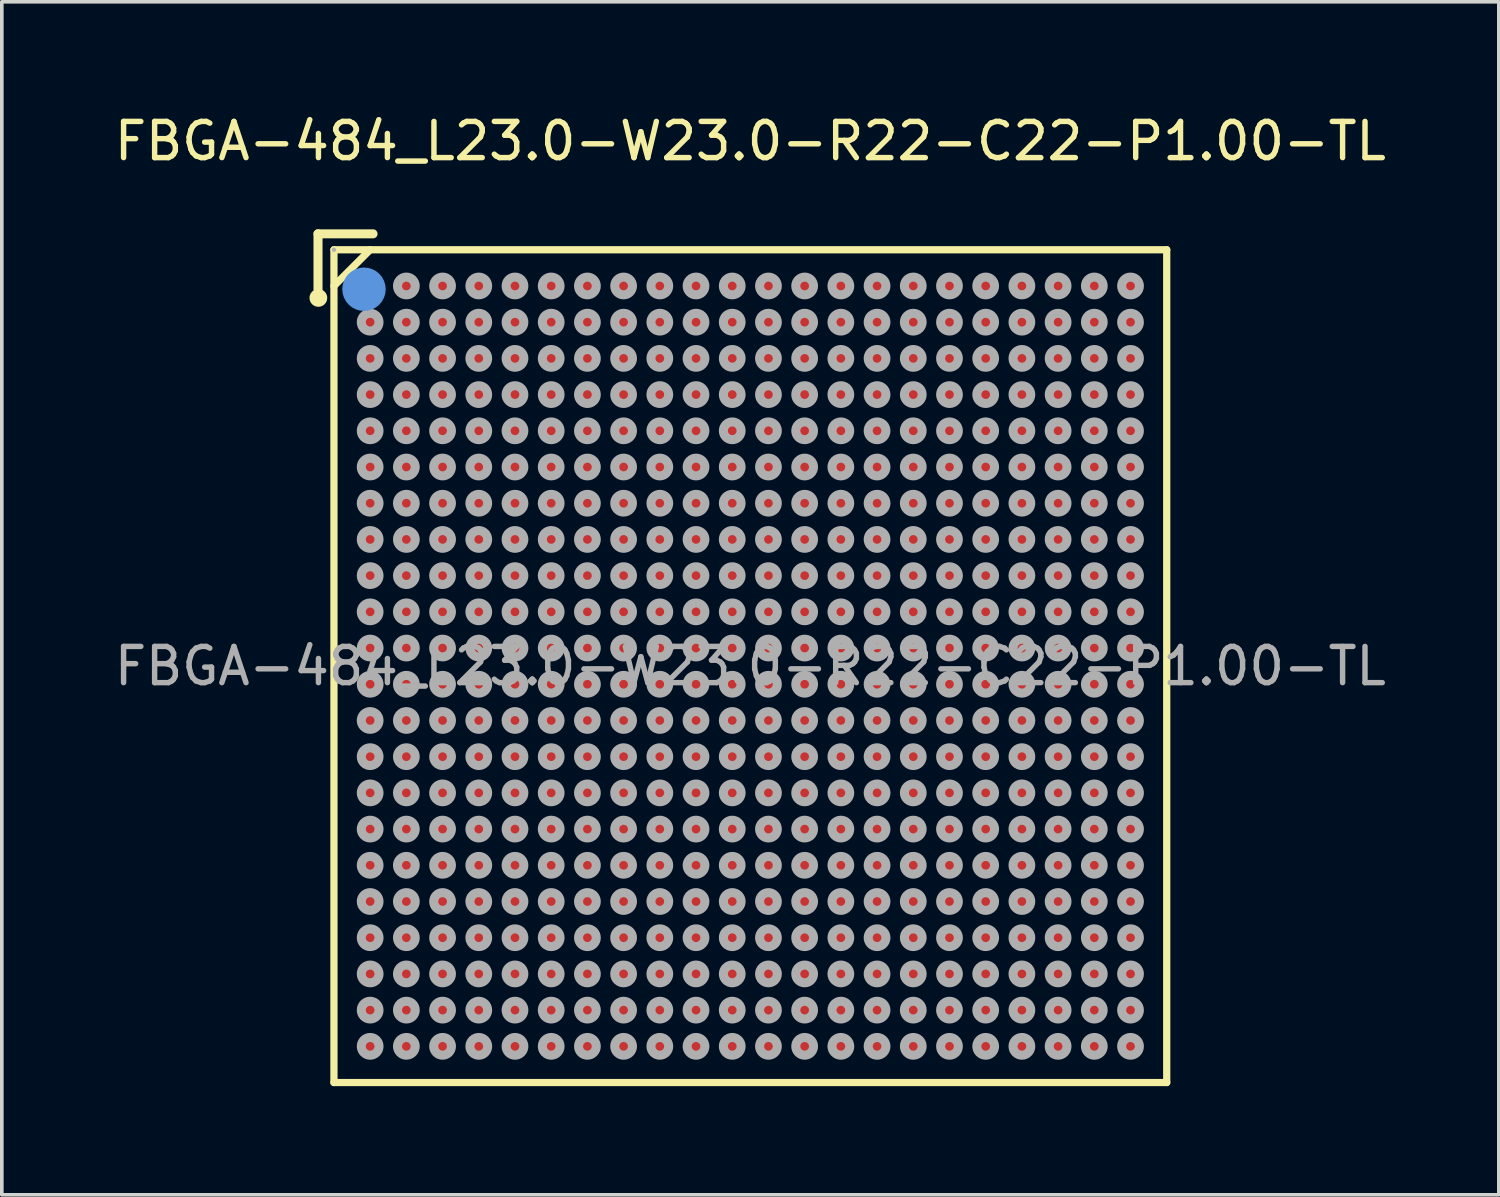
<source format=kicad_pcb>
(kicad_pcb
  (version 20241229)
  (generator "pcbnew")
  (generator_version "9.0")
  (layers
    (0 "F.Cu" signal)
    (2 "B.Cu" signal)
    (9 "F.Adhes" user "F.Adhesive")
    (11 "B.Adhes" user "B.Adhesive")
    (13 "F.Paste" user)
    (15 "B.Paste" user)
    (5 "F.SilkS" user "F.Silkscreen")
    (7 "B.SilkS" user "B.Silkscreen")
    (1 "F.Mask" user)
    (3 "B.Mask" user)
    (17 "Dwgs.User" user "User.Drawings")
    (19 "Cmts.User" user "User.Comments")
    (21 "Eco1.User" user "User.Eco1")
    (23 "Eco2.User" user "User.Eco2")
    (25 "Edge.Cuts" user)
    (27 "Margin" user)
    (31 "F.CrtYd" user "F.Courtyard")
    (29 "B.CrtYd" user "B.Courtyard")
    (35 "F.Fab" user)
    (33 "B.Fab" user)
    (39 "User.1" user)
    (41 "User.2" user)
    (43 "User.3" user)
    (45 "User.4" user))
  (footprint "FBGA-484_L23.0-W23.0-R22-C22-P1.00-TL"
    (layer "F.Cu")
    (at 17.673 15.348)
    (property "Reference" "FBGA-484_L23.0-W23.0-R22-C22-P1.00-TL" (at 0 -14.5 0) (layer "F.SilkS") (effects (font (size 1 1) (thickness 0.15))))
    (attr through_hole)
    (fp_line (start -11.94 -11.94) (end -11.94 -10.41) (stroke (width 0.25) (type solid)) (layer "F.SilkS"))
    (fp_line (start -11.5 -11.5) (end 11.5 -11.5) (stroke (width 0.2) (type solid)) (layer "F.SilkS"))
    (fp_line (start -11.5 -10.5) (end -10.5 -11.5) (stroke (width 0.2) (type solid)) (layer "F.SilkS"))
    (fp_line (start -11.5 11.5) (end -11.5 -11.5) (stroke (width 0.2) (type solid)) (layer "F.SilkS"))
    (fp_line (start -10.42 -11.94) (end -11.94 -11.94) (stroke (width 0.25) (type solid)) (layer "F.SilkS"))
    (fp_line (start 11.5 -11.5) (end 11.5 11.5) (stroke (width 0.2) (type solid)) (layer "F.SilkS"))
    (fp_line (start 11.5 11.5) (end -11.5 11.5) (stroke (width 0.2) (type solid)) (layer "F.SilkS"))
    (fp_arc (start -11.93 -10.29) (mid -11.924996 -10.050104) (end -11.94 -10.289583) (stroke (width 0.25) (type solid)) (layer "F.SilkS"))
    (fp_circle (center -10.67 -10.41) (end -10.37 -10.41) (stroke (width 0.6) (type solid)) (fill no) (layer "Cmts.User"))
    (fp_circle (center -11.5 -11.5) (end -11.47 -11.5) (stroke (width 0.06) (type solid)) (fill no) (layer "F.Fab"))
    (fp_circle (center -10.5 -10.5) (end -10.38 -10.5) (stroke (width 0.25) (type solid)) (fill no) (layer "F.Fab"))
    (fp_circle (center -10.5 -9.5) (end -10.38 -9.5) (stroke (width 0.25) (type solid)) (fill no) (layer "F.Fab"))
    (fp_circle (center -10.5 -8.5) (end -10.38 -8.5) (stroke (width 0.25) (type solid)) (fill no) (layer "F.Fab"))
    (fp_circle (center -10.5 -7.5) (end -10.38 -7.5) (stroke (width 0.25) (type solid)) (fill no) (layer "F.Fab"))
    (fp_circle (center -10.5 -6.5) (end -10.38 -6.5) (stroke (width 0.25) (type solid)) (fill no) (layer "F.Fab"))
    (fp_circle (center -10.5 -5.5) (end -10.38 -5.5) (stroke (width 0.25) (type solid)) (fill no) (layer "F.Fab"))
    (fp_circle (center -10.5 -4.5) (end -10.38 -4.5) (stroke (width 0.25) (type solid)) (fill no) (layer "F.Fab"))
    (fp_circle (center -10.5 -3.5) (end -10.38 -3.5) (stroke (width 0.25) (type solid)) (fill no) (layer "F.Fab"))
    (fp_circle (center -10.5 -2.5) (end -10.38 -2.5) (stroke (width 0.25) (type solid)) (fill no) (layer "F.Fab"))
    (fp_circle (center -10.5 -1.5) (end -10.38 -1.5) (stroke (width 0.25) (type solid)) (fill no) (layer "F.Fab"))
    (fp_circle (center -10.5 -0.5) (end -10.38 -0.5) (stroke (width 0.25) (type solid)) (fill no) (layer "F.Fab"))
    (fp_circle (center -10.5 0.5) (end -10.38 0.5) (stroke (width 0.25) (type solid)) (fill no) (layer "F.Fab"))
    (fp_circle (center -10.5 1.5) (end -10.38 1.5) (stroke (width 0.25) (type solid)) (fill no) (layer "F.Fab"))
    (fp_circle (center -10.5 2.5) (end -10.38 2.5) (stroke (width 0.25) (type solid)) (fill no) (layer "F.Fab"))
    (fp_circle (center -10.5 3.5) (end -10.38 3.5) (stroke (width 0.25) (type solid)) (fill no) (layer "F.Fab"))
    (fp_circle (center -10.5 4.5) (end -10.38 4.5) (stroke (width 0.25) (type solid)) (fill no) (layer "F.Fab"))
    (fp_circle (center -10.5 5.5) (end -10.38 5.5) (stroke (width 0.25) (type solid)) (fill no) (layer "F.Fab"))
    (fp_circle (center -10.5 6.5) (end -10.38 6.5) (stroke (width 0.25) (type solid)) (fill no) (layer "F.Fab"))
    (fp_circle (center -10.5 7.5) (end -10.38 7.5) (stroke (width 0.25) (type solid)) (fill no) (layer "F.Fab"))
    (fp_circle (center -10.5 8.5) (end -10.38 8.5) (stroke (width 0.25) (type solid)) (fill no) (layer "F.Fab"))
    (fp_circle (center -10.5 9.5) (end -10.38 9.5) (stroke (width 0.25) (type solid)) (fill no) (layer "F.Fab"))
    (fp_circle (center -10.5 10.5) (end -10.38 10.5) (stroke (width 0.25) (type solid)) (fill no) (layer "F.Fab"))
    (fp_circle (center -9.5 -10.5) (end -9.38 -10.5) (stroke (width 0.25) (type solid)) (fill no) (layer "F.Fab"))
    (fp_circle (center -9.5 -9.5) (end -9.38 -9.5) (stroke (width 0.25) (type solid)) (fill no) (layer "F.Fab"))
    (fp_circle (center -9.5 -8.5) (end -9.38 -8.5) (stroke (width 0.25) (type solid)) (fill no) (layer "F.Fab"))
    (fp_circle (center -9.5 -7.5) (end -9.38 -7.5) (stroke (width 0.25) (type solid)) (fill no) (layer "F.Fab"))
    (fp_circle (center -9.5 -6.5) (end -9.38 -6.5) (stroke (width 0.25) (type solid)) (fill no) (layer "F.Fab"))
    (fp_circle (center -9.5 -5.5) (end -9.38 -5.5) (stroke (width 0.25) (type solid)) (fill no) (layer "F.Fab"))
    (fp_circle (center -9.5 -4.5) (end -9.38 -4.5) (stroke (width 0.25) (type solid)) (fill no) (layer "F.Fab"))
    (fp_circle (center -9.5 -3.5) (end -9.38 -3.5) (stroke (width 0.25) (type solid)) (fill no) (layer "F.Fab"))
    (fp_circle (center -9.5 -2.5) (end -9.38 -2.5) (stroke (width 0.25) (type solid)) (fill no) (layer "F.Fab"))
    (fp_circle (center -9.5 -1.5) (end -9.38 -1.5) (stroke (width 0.25) (type solid)) (fill no) (layer "F.Fab"))
    (fp_circle (center -9.5 -0.5) (end -9.38 -0.5) (stroke (width 0.25) (type solid)) (fill no) (layer "F.Fab"))
    (fp_circle (center -9.5 0.5) (end -9.38 0.5) (stroke (width 0.25) (type solid)) (fill no) (layer "F.Fab"))
    (fp_circle (center -9.5 1.5) (end -9.38 1.5) (stroke (width 0.25) (type solid)) (fill no) (layer "F.Fab"))
    (fp_circle (center -9.5 2.5) (end -9.38 2.5) (stroke (width 0.25) (type solid)) (fill no) (layer "F.Fab"))
    (fp_circle (center -9.5 3.5) (end -9.38 3.5) (stroke (width 0.25) (type solid)) (fill no) (layer "F.Fab"))
    (fp_circle (center -9.5 4.5) (end -9.38 4.5) (stroke (width 0.25) (type solid)) (fill no) (layer "F.Fab"))
    (fp_circle (center -9.5 5.5) (end -9.38 5.5) (stroke (width 0.25) (type solid)) (fill no) (layer "F.Fab"))
    (fp_circle (center -9.5 6.5) (end -9.38 6.5) (stroke (width 0.25) (type solid)) (fill no) (layer "F.Fab"))
    (fp_circle (center -9.5 7.5) (end -9.38 7.5) (stroke (width 0.25) (type solid)) (fill no) (layer "F.Fab"))
    (fp_circle (center -9.5 8.5) (end -9.38 8.5) (stroke (width 0.25) (type solid)) (fill no) (layer "F.Fab"))
    (fp_circle (center -9.5 9.5) (end -9.38 9.5) (stroke (width 0.25) (type solid)) (fill no) (layer "F.Fab"))
    (fp_circle (center -9.5 10.5) (end -9.38 10.5) (stroke (width 0.25) (type solid)) (fill no) (layer "F.Fab"))
    (fp_circle (center -8.5 -10.5) (end -8.38 -10.5) (stroke (width 0.25) (type solid)) (fill no) (layer "F.Fab"))
    (fp_circle (center -8.5 -9.5) (end -8.38 -9.5) (stroke (width 0.25) (type solid)) (fill no) (layer "F.Fab"))
    (fp_circle (center -8.5 -8.5) (end -8.38 -8.5) (stroke (width 0.25) (type solid)) (fill no) (layer "F.Fab"))
    (fp_circle (center -8.5 -7.5) (end -8.38 -7.5) (stroke (width 0.25) (type solid)) (fill no) (layer "F.Fab"))
    (fp_circle (center -8.5 -6.5) (end -8.38 -6.5) (stroke (width 0.25) (type solid)) (fill no) (layer "F.Fab"))
    (fp_circle (center -8.5 -5.5) (end -8.38 -5.5) (stroke (width 0.25) (type solid)) (fill no) (layer "F.Fab"))
    (fp_circle (center -8.5 -4.5) (end -8.38 -4.5) (stroke (width 0.25) (type solid)) (fill no) (layer "F.Fab"))
    (fp_circle (center -8.5 -3.5) (end -8.38 -3.5) (stroke (width 0.25) (type solid)) (fill no) (layer "F.Fab"))
    (fp_circle (center -8.5 -2.5) (end -8.38 -2.5) (stroke (width 0.25) (type solid)) (fill no) (layer "F.Fab"))
    (fp_circle (center -8.5 -1.5) (end -8.38 -1.5) (stroke (width 0.25) (type solid)) (fill no) (layer "F.Fab"))
    (fp_circle (center -8.5 -0.5) (end -8.38 -0.5) (stroke (width 0.25) (type solid)) (fill no) (layer "F.Fab"))
    (fp_circle (center -8.5 0.5) (end -8.38 0.5) (stroke (width 0.25) (type solid)) (fill no) (layer "F.Fab"))
    (fp_circle (center -8.5 1.5) (end -8.38 1.5) (stroke (width 0.25) (type solid)) (fill no) (layer "F.Fab"))
    (fp_circle (center -8.5 2.5) (end -8.38 2.5) (stroke (width 0.25) (type solid)) (fill no) (layer "F.Fab"))
    (fp_circle (center -8.5 3.5) (end -8.38 3.5) (stroke (width 0.25) (type solid)) (fill no) (layer "F.Fab"))
    (fp_circle (center -8.5 4.5) (end -8.38 4.5) (stroke (width 0.25) (type solid)) (fill no) (layer "F.Fab"))
    (fp_circle (center -8.5 5.5) (end -8.38 5.5) (stroke (width 0.25) (type solid)) (fill no) (layer "F.Fab"))
    (fp_circle (center -8.5 6.5) (end -8.38 6.5) (stroke (width 0.25) (type solid)) (fill no) (layer "F.Fab"))
    (fp_circle (center -8.5 7.5) (end -8.38 7.5) (stroke (width 0.25) (type solid)) (fill no) (layer "F.Fab"))
    (fp_circle (center -8.5 8.5) (end -8.38 8.5) (stroke (width 0.25) (type solid)) (fill no) (layer "F.Fab"))
    (fp_circle (center -8.5 9.5) (end -8.38 9.5) (stroke (width 0.25) (type solid)) (fill no) (layer "F.Fab"))
    (fp_circle (center -8.5 10.5) (end -8.38 10.5) (stroke (width 0.25) (type solid)) (fill no) (layer "F.Fab"))
    (fp_circle (center -7.5 -10.5) (end -7.38 -10.5) (stroke (width 0.25) (type solid)) (fill no) (layer "F.Fab"))
    (fp_circle (center -7.5 -9.5) (end -7.38 -9.5) (stroke (width 0.25) (type solid)) (fill no) (layer "F.Fab"))
    (fp_circle (center -7.5 -8.5) (end -7.38 -8.5) (stroke (width 0.25) (type solid)) (fill no) (layer "F.Fab"))
    (fp_circle (center -7.5 -7.5) (end -7.38 -7.5) (stroke (width 0.25) (type solid)) (fill no) (layer "F.Fab"))
    (fp_circle (center -7.5 -6.5) (end -7.38 -6.5) (stroke (width 0.25) (type solid)) (fill no) (layer "F.Fab"))
    (fp_circle (center -7.5 -5.5) (end -7.38 -5.5) (stroke (width 0.25) (type solid)) (fill no) (layer "F.Fab"))
    (fp_circle (center -7.5 -4.5) (end -7.38 -4.5) (stroke (width 0.25) (type solid)) (fill no) (layer "F.Fab"))
    (fp_circle (center -7.5 -3.5) (end -7.38 -3.5) (stroke (width 0.25) (type solid)) (fill no) (layer "F.Fab"))
    (fp_circle (center -7.5 -2.5) (end -7.38 -2.5) (stroke (width 0.25) (type solid)) (fill no) (layer "F.Fab"))
    (fp_circle (center -7.5 -1.5) (end -7.38 -1.5) (stroke (width 0.25) (type solid)) (fill no) (layer "F.Fab"))
    (fp_circle (center -7.5 -0.5) (end -7.38 -0.5) (stroke (width 0.25) (type solid)) (fill no) (layer "F.Fab"))
    (fp_circle (center -7.5 0.5) (end -7.38 0.5) (stroke (width 0.25) (type solid)) (fill no) (layer "F.Fab"))
    (fp_circle (center -7.5 1.5) (end -7.38 1.5) (stroke (width 0.25) (type solid)) (fill no) (layer "F.Fab"))
    (fp_circle (center -7.5 2.5) (end -7.38 2.5) (stroke (width 0.25) (type solid)) (fill no) (layer "F.Fab"))
    (fp_circle (center -7.5 3.5) (end -7.38 3.5) (stroke (width 0.25) (type solid)) (fill no) (layer "F.Fab"))
    (fp_circle (center -7.5 4.5) (end -7.38 4.5) (stroke (width 0.25) (type solid)) (fill no) (layer "F.Fab"))
    (fp_circle (center -7.5 5.5) (end -7.38 5.5) (stroke (width 0.25) (type solid)) (fill no) (layer "F.Fab"))
    (fp_circle (center -7.5 6.5) (end -7.38 6.5) (stroke (width 0.25) (type solid)) (fill no) (layer "F.Fab"))
    (fp_circle (center -7.5 7.5) (end -7.38 7.5) (stroke (width 0.25) (type solid)) (fill no) (layer "F.Fab"))
    (fp_circle (center -7.5 8.5) (end -7.38 8.5) (stroke (width 0.25) (type solid)) (fill no) (layer "F.Fab"))
    (fp_circle (center -7.5 9.5) (end -7.38 9.5) (stroke (width 0.25) (type solid)) (fill no) (layer "F.Fab"))
    (fp_circle (center -7.5 10.5) (end -7.38 10.5) (stroke (width 0.25) (type solid)) (fill no) (layer "F.Fab"))
    (fp_circle (center -6.5 -10.5) (end -6.38 -10.5) (stroke (width 0.25) (type solid)) (fill no) (layer "F.Fab"))
    (fp_circle (center -6.5 -9.5) (end -6.38 -9.5) (stroke (width 0.25) (type solid)) (fill no) (layer "F.Fab"))
    (fp_circle (center -6.5 -8.5) (end -6.38 -8.5) (stroke (width 0.25) (type solid)) (fill no) (layer "F.Fab"))
    (fp_circle (center -6.5 -7.5) (end -6.38 -7.5) (stroke (width 0.25) (type solid)) (fill no) (layer "F.Fab"))
    (fp_circle (center -6.5 -6.5) (end -6.38 -6.5) (stroke (width 0.25) (type solid)) (fill no) (layer "F.Fab"))
    (fp_circle (center -6.5 -5.5) (end -6.38 -5.5) (stroke (width 0.25) (type solid)) (fill no) (layer "F.Fab"))
    (fp_circle (center -6.5 -4.5) (end -6.38 -4.5) (stroke (width 0.25) (type solid)) (fill no) (layer "F.Fab"))
    (fp_circle (center -6.5 -3.5) (end -6.38 -3.5) (stroke (width 0.25) (type solid)) (fill no) (layer "F.Fab"))
    (fp_circle (center -6.5 -2.5) (end -6.38 -2.5) (stroke (width 0.25) (type solid)) (fill no) (layer "F.Fab"))
    (fp_circle (center -6.5 -1.5) (end -6.38 -1.5) (stroke (width 0.25) (type solid)) (fill no) (layer "F.Fab"))
    (fp_circle (center -6.5 -0.5) (end -6.38 -0.5) (stroke (width 0.25) (type solid)) (fill no) (layer "F.Fab"))
    (fp_circle (center -6.5 0.5) (end -6.38 0.5) (stroke (width 0.25) (type solid)) (fill no) (layer "F.Fab"))
    (fp_circle (center -6.5 1.5) (end -6.38 1.5) (stroke (width 0.25) (type solid)) (fill no) (layer "F.Fab"))
    (fp_circle (center -6.5 2.5) (end -6.38 2.5) (stroke (width 0.25) (type solid)) (fill no) (layer "F.Fab"))
    (fp_circle (center -6.5 3.5) (end -6.38 3.5) (stroke (width 0.25) (type solid)) (fill no) (layer "F.Fab"))
    (fp_circle (center -6.5 4.5) (end -6.38 4.5) (stroke (width 0.25) (type solid)) (fill no) (layer "F.Fab"))
    (fp_circle (center -6.5 5.5) (end -6.38 5.5) (stroke (width 0.25) (type solid)) (fill no) (layer "F.Fab"))
    (fp_circle (center -6.5 6.5) (end -6.38 6.5) (stroke (width 0.25) (type solid)) (fill no) (layer "F.Fab"))
    (fp_circle (center -6.5 7.5) (end -6.38 7.5) (stroke (width 0.25) (type solid)) (fill no) (layer "F.Fab"))
    (fp_circle (center -6.5 8.5) (end -6.38 8.5) (stroke (width 0.25) (type solid)) (fill no) (layer "F.Fab"))
    (fp_circle (center -6.5 9.5) (end -6.38 9.5) (stroke (width 0.25) (type solid)) (fill no) (layer "F.Fab"))
    (fp_circle (center -6.5 10.5) (end -6.38 10.5) (stroke (width 0.25) (type solid)) (fill no) (layer "F.Fab"))
    (fp_circle (center -5.5 -10.5) (end -5.38 -10.5) (stroke (width 0.25) (type solid)) (fill no) (layer "F.Fab"))
    (fp_circle (center -5.5 -9.5) (end -5.38 -9.5) (stroke (width 0.25) (type solid)) (fill no) (layer "F.Fab"))
    (fp_circle (center -5.5 -8.5) (end -5.38 -8.5) (stroke (width 0.25) (type solid)) (fill no) (layer "F.Fab"))
    (fp_circle (center -5.5 -7.5) (end -5.38 -7.5) (stroke (width 0.25) (type solid)) (fill no) (layer "F.Fab"))
    (fp_circle (center -5.5 -6.5) (end -5.38 -6.5) (stroke (width 0.25) (type solid)) (fill no) (layer "F.Fab"))
    (fp_circle (center -5.5 -5.5) (end -5.38 -5.5) (stroke (width 0.25) (type solid)) (fill no) (layer "F.Fab"))
    (fp_circle (center -5.5 -4.5) (end -5.38 -4.5) (stroke (width 0.25) (type solid)) (fill no) (layer "F.Fab"))
    (fp_circle (center -5.5 -3.5) (end -5.38 -3.5) (stroke (width 0.25) (type solid)) (fill no) (layer "F.Fab"))
    (fp_circle (center -5.5 -2.5) (end -5.38 -2.5) (stroke (width 0.25) (type solid)) (fill no) (layer "F.Fab"))
    (fp_circle (center -5.5 -1.5) (end -5.38 -1.5) (stroke (width 0.25) (type solid)) (fill no) (layer "F.Fab"))
    (fp_circle (center -5.5 -0.5) (end -5.38 -0.5) (stroke (width 0.25) (type solid)) (fill no) (layer "F.Fab"))
    (fp_circle (center -5.5 0.5) (end -5.38 0.5) (stroke (width 0.25) (type solid)) (fill no) (layer "F.Fab"))
    (fp_circle (center -5.5 1.5) (end -5.38 1.5) (stroke (width 0.25) (type solid)) (fill no) (layer "F.Fab"))
    (fp_circle (center -5.5 2.5) (end -5.38 2.5) (stroke (width 0.25) (type solid)) (fill no) (layer "F.Fab"))
    (fp_circle (center -5.5 3.5) (end -5.38 3.5) (stroke (width 0.25) (type solid)) (fill no) (layer "F.Fab"))
    (fp_circle (center -5.5 4.5) (end -5.38 4.5) (stroke (width 0.25) (type solid)) (fill no) (layer "F.Fab"))
    (fp_circle (center -5.5 5.5) (end -5.38 5.5) (stroke (width 0.25) (type solid)) (fill no) (layer "F.Fab"))
    (fp_circle (center -5.5 6.5) (end -5.38 6.5) (stroke (width 0.25) (type solid)) (fill no) (layer "F.Fab"))
    (fp_circle (center -5.5 7.5) (end -5.38 7.5) (stroke (width 0.25) (type solid)) (fill no) (layer "F.Fab"))
    (fp_circle (center -5.5 8.5) (end -5.38 8.5) (stroke (width 0.25) (type solid)) (fill no) (layer "F.Fab"))
    (fp_circle (center -5.5 9.5) (end -5.38 9.5) (stroke (width 0.25) (type solid)) (fill no) (layer "F.Fab"))
    (fp_circle (center -5.5 10.5) (end -5.38 10.5) (stroke (width 0.25) (type solid)) (fill no) (layer "F.Fab"))
    (fp_circle (center -4.5 -10.5) (end -4.38 -10.5) (stroke (width 0.25) (type solid)) (fill no) (layer "F.Fab"))
    (fp_circle (center -4.5 -9.5) (end -4.38 -9.5) (stroke (width 0.25) (type solid)) (fill no) (layer "F.Fab"))
    (fp_circle (center -4.5 -8.5) (end -4.38 -8.5) (stroke (width 0.25) (type solid)) (fill no) (layer "F.Fab"))
    (fp_circle (center -4.5 -7.5) (end -4.38 -7.5) (stroke (width 0.25) (type solid)) (fill no) (layer "F.Fab"))
    (fp_circle (center -4.5 -6.5) (end -4.38 -6.5) (stroke (width 0.25) (type solid)) (fill no) (layer "F.Fab"))
    (fp_circle (center -4.5 -5.5) (end -4.38 -5.5) (stroke (width 0.25) (type solid)) (fill no) (layer "F.Fab"))
    (fp_circle (center -4.5 -4.5) (end -4.38 -4.5) (stroke (width 0.25) (type solid)) (fill no) (layer "F.Fab"))
    (fp_circle (center -4.5 -3.5) (end -4.38 -3.5) (stroke (width 0.25) (type solid)) (fill no) (layer "F.Fab"))
    (fp_circle (center -4.5 -2.5) (end -4.38 -2.5) (stroke (width 0.25) (type solid)) (fill no) (layer "F.Fab"))
    (fp_circle (center -4.5 -1.5) (end -4.38 -1.5) (stroke (width 0.25) (type solid)) (fill no) (layer "F.Fab"))
    (fp_circle (center -4.5 -0.5) (end -4.38 -0.5) (stroke (width 0.25) (type solid)) (fill no) (layer "F.Fab"))
    (fp_circle (center -4.5 0.5) (end -4.38 0.5) (stroke (width 0.25) (type solid)) (fill no) (layer "F.Fab"))
    (fp_circle (center -4.5 1.5) (end -4.38 1.5) (stroke (width 0.25) (type solid)) (fill no) (layer "F.Fab"))
    (fp_circle (center -4.5 2.5) (end -4.38 2.5) (stroke (width 0.25) (type solid)) (fill no) (layer "F.Fab"))
    (fp_circle (center -4.5 3.5) (end -4.38 3.5) (stroke (width 0.25) (type solid)) (fill no) (layer "F.Fab"))
    (fp_circle (center -4.5 4.5) (end -4.38 4.5) (stroke (width 0.25) (type solid)) (fill no) (layer "F.Fab"))
    (fp_circle (center -4.5 5.5) (end -4.38 5.5) (stroke (width 0.25) (type solid)) (fill no) (layer "F.Fab"))
    (fp_circle (center -4.5 6.5) (end -4.38 6.5) (stroke (width 0.25) (type solid)) (fill no) (layer "F.Fab"))
    (fp_circle (center -4.5 7.5) (end -4.38 7.5) (stroke (width 0.25) (type solid)) (fill no) (layer "F.Fab"))
    (fp_circle (center -4.5 8.5) (end -4.38 8.5) (stroke (width 0.25) (type solid)) (fill no) (layer "F.Fab"))
    (fp_circle (center -4.5 9.5) (end -4.38 9.5) (stroke (width 0.25) (type solid)) (fill no) (layer "F.Fab"))
    (fp_circle (center -4.5 10.5) (end -4.38 10.5) (stroke (width 0.25) (type solid)) (fill no) (layer "F.Fab"))
    (fp_circle (center -3.5 -10.5) (end -3.38 -10.5) (stroke (width 0.25) (type solid)) (fill no) (layer "F.Fab"))
    (fp_circle (center -3.5 -9.5) (end -3.38 -9.5) (stroke (width 0.25) (type solid)) (fill no) (layer "F.Fab"))
    (fp_circle (center -3.5 -8.5) (end -3.38 -8.5) (stroke (width 0.25) (type solid)) (fill no) (layer "F.Fab"))
    (fp_circle (center -3.5 -7.5) (end -3.38 -7.5) (stroke (width 0.25) (type solid)) (fill no) (layer "F.Fab"))
    (fp_circle (center -3.5 -6.5) (end -3.38 -6.5) (stroke (width 0.25) (type solid)) (fill no) (layer "F.Fab"))
    (fp_circle (center -3.5 -5.5) (end -3.38 -5.5) (stroke (width 0.25) (type solid)) (fill no) (layer "F.Fab"))
    (fp_circle (center -3.5 -4.5) (end -3.38 -4.5) (stroke (width 0.25) (type solid)) (fill no) (layer "F.Fab"))
    (fp_circle (center -3.5 -3.5) (end -3.38 -3.5) (stroke (width 0.25) (type solid)) (fill no) (layer "F.Fab"))
    (fp_circle (center -3.5 -2.5) (end -3.38 -2.5) (stroke (width 0.25) (type solid)) (fill no) (layer "F.Fab"))
    (fp_circle (center -3.5 -1.5) (end -3.38 -1.5) (stroke (width 0.25) (type solid)) (fill no) (layer "F.Fab"))
    (fp_circle (center -3.5 -0.5) (end -3.38 -0.5) (stroke (width 0.25) (type solid)) (fill no) (layer "F.Fab"))
    (fp_circle (center -3.5 0.5) (end -3.38 0.5) (stroke (width 0.25) (type solid)) (fill no) (layer "F.Fab"))
    (fp_circle (center -3.5 1.5) (end -3.38 1.5) (stroke (width 0.25) (type solid)) (fill no) (layer "F.Fab"))
    (fp_circle (center -3.5 2.5) (end -3.38 2.5) (stroke (width 0.25) (type solid)) (fill no) (layer "F.Fab"))
    (fp_circle (center -3.5 3.5) (end -3.38 3.5) (stroke (width 0.25) (type solid)) (fill no) (layer "F.Fab"))
    (fp_circle (center -3.5 4.5) (end -3.38 4.5) (stroke (width 0.25) (type solid)) (fill no) (layer "F.Fab"))
    (fp_circle (center -3.5 5.5) (end -3.38 5.5) (stroke (width 0.25) (type solid)) (fill no) (layer "F.Fab"))
    (fp_circle (center -3.5 6.5) (end -3.38 6.5) (stroke (width 0.25) (type solid)) (fill no) (layer "F.Fab"))
    (fp_circle (center -3.5 7.5) (end -3.38 7.5) (stroke (width 0.25) (type solid)) (fill no) (layer "F.Fab"))
    (fp_circle (center -3.5 8.5) (end -3.38 8.5) (stroke (width 0.25) (type solid)) (fill no) (layer "F.Fab"))
    (fp_circle (center -3.5 9.5) (end -3.38 9.5) (stroke (width 0.25) (type solid)) (fill no) (layer "F.Fab"))
    (fp_circle (center -3.5 10.5) (end -3.38 10.5) (stroke (width 0.25) (type solid)) (fill no) (layer "F.Fab"))
    (fp_circle (center -2.5 -10.5) (end -2.38 -10.5) (stroke (width 0.25) (type solid)) (fill no) (layer "F.Fab"))
    (fp_circle (center -2.5 -9.5) (end -2.38 -9.5) (stroke (width 0.25) (type solid)) (fill no) (layer "F.Fab"))
    (fp_circle (center -2.5 -8.5) (end -2.38 -8.5) (stroke (width 0.25) (type solid)) (fill no) (layer "F.Fab"))
    (fp_circle (center -2.5 -7.5) (end -2.38 -7.5) (stroke (width 0.25) (type solid)) (fill no) (layer "F.Fab"))
    (fp_circle (center -2.5 -6.5) (end -2.38 -6.5) (stroke (width 0.25) (type solid)) (fill no) (layer "F.Fab"))
    (fp_circle (center -2.5 -5.5) (end -2.38 -5.5) (stroke (width 0.25) (type solid)) (fill no) (layer "F.Fab"))
    (fp_circle (center -2.5 -4.5) (end -2.38 -4.5) (stroke (width 0.25) (type solid)) (fill no) (layer "F.Fab"))
    (fp_circle (center -2.5 -3.5) (end -2.38 -3.5) (stroke (width 0.25) (type solid)) (fill no) (layer "F.Fab"))
    (fp_circle (center -2.5 -2.5) (end -2.38 -2.5) (stroke (width 0.25) (type solid)) (fill no) (layer "F.Fab"))
    (fp_circle (center -2.5 -1.5) (end -2.38 -1.5) (stroke (width 0.25) (type solid)) (fill no) (layer "F.Fab"))
    (fp_circle (center -2.5 -0.5) (end -2.38 -0.5) (stroke (width 0.25) (type solid)) (fill no) (layer "F.Fab"))
    (fp_circle (center -2.5 0.5) (end -2.38 0.5) (stroke (width 0.25) (type solid)) (fill no) (layer "F.Fab"))
    (fp_circle (center -2.5 1.5) (end -2.38 1.5) (stroke (width 0.25) (type solid)) (fill no) (layer "F.Fab"))
    (fp_circle (center -2.5 2.5) (end -2.38 2.5) (stroke (width 0.25) (type solid)) (fill no) (layer "F.Fab"))
    (fp_circle (center -2.5 3.5) (end -2.38 3.5) (stroke (width 0.25) (type solid)) (fill no) (layer "F.Fab"))
    (fp_circle (center -2.5 4.5) (end -2.38 4.5) (stroke (width 0.25) (type solid)) (fill no) (layer "F.Fab"))
    (fp_circle (center -2.5 5.5) (end -2.38 5.5) (stroke (width 0.25) (type solid)) (fill no) (layer "F.Fab"))
    (fp_circle (center -2.5 6.5) (end -2.38 6.5) (stroke (width 0.25) (type solid)) (fill no) (layer "F.Fab"))
    (fp_circle (center -2.5 7.5) (end -2.38 7.5) (stroke (width 0.25) (type solid)) (fill no) (layer "F.Fab"))
    (fp_circle (center -2.5 8.5) (end -2.38 8.5) (stroke (width 0.25) (type solid)) (fill no) (layer "F.Fab"))
    (fp_circle (center -2.5 9.5) (end -2.38 9.5) (stroke (width 0.25) (type solid)) (fill no) (layer "F.Fab"))
    (fp_circle (center -2.5 10.5) (end -2.38 10.5) (stroke (width 0.25) (type solid)) (fill no) (layer "F.Fab"))
    (fp_circle (center -1.5 -10.5) (end -1.38 -10.5) (stroke (width 0.25) (type solid)) (fill no) (layer "F.Fab"))
    (fp_circle (center -1.5 -9.5) (end -1.38 -9.5) (stroke (width 0.25) (type solid)) (fill no) (layer "F.Fab"))
    (fp_circle (center -1.5 -8.5) (end -1.38 -8.5) (stroke (width 0.25) (type solid)) (fill no) (layer "F.Fab"))
    (fp_circle (center -1.5 -7.5) (end -1.38 -7.5) (stroke (width 0.25) (type solid)) (fill no) (layer "F.Fab"))
    (fp_circle (center -1.5 -6.5) (end -1.38 -6.5) (stroke (width 0.25) (type solid)) (fill no) (layer "F.Fab"))
    (fp_circle (center -1.5 -5.5) (end -1.38 -5.5) (stroke (width 0.25) (type solid)) (fill no) (layer "F.Fab"))
    (fp_circle (center -1.5 -4.5) (end -1.38 -4.5) (stroke (width 0.25) (type solid)) (fill no) (layer "F.Fab"))
    (fp_circle (center -1.5 -3.5) (end -1.38 -3.5) (stroke (width 0.25) (type solid)) (fill no) (layer "F.Fab"))
    (fp_circle (center -1.5 -2.5) (end -1.38 -2.5) (stroke (width 0.25) (type solid)) (fill no) (layer "F.Fab"))
    (fp_circle (center -1.5 -1.5) (end -1.38 -1.5) (stroke (width 0.25) (type solid)) (fill no) (layer "F.Fab"))
    (fp_circle (center -1.5 -0.5) (end -1.38 -0.5) (stroke (width 0.25) (type solid)) (fill no) (layer "F.Fab"))
    (fp_circle (center -1.5 0.5) (end -1.38 0.5) (stroke (width 0.25) (type solid)) (fill no) (layer "F.Fab"))
    (fp_circle (center -1.5 1.5) (end -1.38 1.5) (stroke (width 0.25) (type solid)) (fill no) (layer "F.Fab"))
    (fp_circle (center -1.5 2.5) (end -1.38 2.5) (stroke (width 0.25) (type solid)) (fill no) (layer "F.Fab"))
    (fp_circle (center -1.5 3.5) (end -1.38 3.5) (stroke (width 0.25) (type solid)) (fill no) (layer "F.Fab"))
    (fp_circle (center -1.5 4.5) (end -1.38 4.5) (stroke (width 0.25) (type solid)) (fill no) (layer "F.Fab"))
    (fp_circle (center -1.5 5.5) (end -1.38 5.5) (stroke (width 0.25) (type solid)) (fill no) (layer "F.Fab"))
    (fp_circle (center -1.5 6.5) (end -1.38 6.5) (stroke (width 0.25) (type solid)) (fill no) (layer "F.Fab"))
    (fp_circle (center -1.5 7.5) (end -1.38 7.5) (stroke (width 0.25) (type solid)) (fill no) (layer "F.Fab"))
    (fp_circle (center -1.5 8.5) (end -1.38 8.5) (stroke (width 0.25) (type solid)) (fill no) (layer "F.Fab"))
    (fp_circle (center -1.5 9.5) (end -1.38 9.5) (stroke (width 0.25) (type solid)) (fill no) (layer "F.Fab"))
    (fp_circle (center -1.5 10.5) (end -1.38 10.5) (stroke (width 0.25) (type solid)) (fill no) (layer "F.Fab"))
    (fp_circle (center -0.5 -10.5) (end -0.38 -10.5) (stroke (width 0.25) (type solid)) (fill no) (layer "F.Fab"))
    (fp_circle (center -0.5 -9.5) (end -0.38 -9.5) (stroke (width 0.25) (type solid)) (fill no) (layer "F.Fab"))
    (fp_circle (center -0.5 -8.5) (end -0.38 -8.5) (stroke (width 0.25) (type solid)) (fill no) (layer "F.Fab"))
    (fp_circle (center -0.5 -7.5) (end -0.38 -7.5) (stroke (width 0.25) (type solid)) (fill no) (layer "F.Fab"))
    (fp_circle (center -0.5 -6.5) (end -0.38 -6.5) (stroke (width 0.25) (type solid)) (fill no) (layer "F.Fab"))
    (fp_circle (center -0.5 -5.5) (end -0.38 -5.5) (stroke (width 0.25) (type solid)) (fill no) (layer "F.Fab"))
    (fp_circle (center -0.5 -4.5) (end -0.38 -4.5) (stroke (width 0.25) (type solid)) (fill no) (layer "F.Fab"))
    (fp_circle (center -0.5 -3.5) (end -0.38 -3.5) (stroke (width 0.25) (type solid)) (fill no) (layer "F.Fab"))
    (fp_circle (center -0.5 -2.5) (end -0.38 -2.5) (stroke (width 0.25) (type solid)) (fill no) (layer "F.Fab"))
    (fp_circle (center -0.5 -1.5) (end -0.38 -1.5) (stroke (width 0.25) (type solid)) (fill no) (layer "F.Fab"))
    (fp_circle (center -0.5 -0.5) (end -0.38 -0.5) (stroke (width 0.25) (type solid)) (fill no) (layer "F.Fab"))
    (fp_circle (center -0.5 0.5) (end -0.38 0.5) (stroke (width 0.25) (type solid)) (fill no) (layer "F.Fab"))
    (fp_circle (center -0.5 1.5) (end -0.38 1.5) (stroke (width 0.25) (type solid)) (fill no) (layer "F.Fab"))
    (fp_circle (center -0.5 2.5) (end -0.38 2.5) (stroke (width 0.25) (type solid)) (fill no) (layer "F.Fab"))
    (fp_circle (center -0.5 3.5) (end -0.38 3.5) (stroke (width 0.25) (type solid)) (fill no) (layer "F.Fab"))
    (fp_circle (center -0.5 4.5) (end -0.38 4.5) (stroke (width 0.25) (type solid)) (fill no) (layer "F.Fab"))
    (fp_circle (center -0.5 5.5) (end -0.38 5.5) (stroke (width 0.25) (type solid)) (fill no) (layer "F.Fab"))
    (fp_circle (center -0.5 6.5) (end -0.38 6.5) (stroke (width 0.25) (type solid)) (fill no) (layer "F.Fab"))
    (fp_circle (center -0.5 7.5) (end -0.38 7.5) (stroke (width 0.25) (type solid)) (fill no) (layer "F.Fab"))
    (fp_circle (center -0.5 8.5) (end -0.38 8.5) (stroke (width 0.25) (type solid)) (fill no) (layer "F.Fab"))
    (fp_circle (center -0.5 9.5) (end -0.38 9.5) (stroke (width 0.25) (type solid)) (fill no) (layer "F.Fab"))
    (fp_circle (center -0.5 10.5) (end -0.38 10.5) (stroke (width 0.25) (type solid)) (fill no) (layer "F.Fab"))
    (fp_circle (center 0.5 -10.5) (end 0.62 -10.5) (stroke (width 0.25) (type solid)) (fill no) (layer "F.Fab"))
    (fp_circle (center 0.5 -9.5) (end 0.62 -9.5) (stroke (width 0.25) (type solid)) (fill no) (layer "F.Fab"))
    (fp_circle (center 0.5 -8.5) (end 0.62 -8.5) (stroke (width 0.25) (type solid)) (fill no) (layer "F.Fab"))
    (fp_circle (center 0.5 -7.5) (end 0.62 -7.5) (stroke (width 0.25) (type solid)) (fill no) (layer "F.Fab"))
    (fp_circle (center 0.5 -6.5) (end 0.62 -6.5) (stroke (width 0.25) (type solid)) (fill no) (layer "F.Fab"))
    (fp_circle (center 0.5 -5.5) (end 0.62 -5.5) (stroke (width 0.25) (type solid)) (fill no) (layer "F.Fab"))
    (fp_circle (center 0.5 -4.5) (end 0.62 -4.5) (stroke (width 0.25) (type solid)) (fill no) (layer "F.Fab"))
    (fp_circle (center 0.5 -3.5) (end 0.62 -3.5) (stroke (width 0.25) (type solid)) (fill no) (layer "F.Fab"))
    (fp_circle (center 0.5 -2.5) (end 0.62 -2.5) (stroke (width 0.25) (type solid)) (fill no) (layer "F.Fab"))
    (fp_circle (center 0.5 -1.5) (end 0.62 -1.5) (stroke (width 0.25) (type solid)) (fill no) (layer "F.Fab"))
    (fp_circle (center 0.5 -0.5) (end 0.62 -0.5) (stroke (width 0.25) (type solid)) (fill no) (layer "F.Fab"))
    (fp_circle (center 0.5 0.5) (end 0.62 0.5) (stroke (width 0.25) (type solid)) (fill no) (layer "F.Fab"))
    (fp_circle (center 0.5 1.5) (end 0.62 1.5) (stroke (width 0.25) (type solid)) (fill no) (layer "F.Fab"))
    (fp_circle (center 0.5 2.5) (end 0.62 2.5) (stroke (width 0.25) (type solid)) (fill no) (layer "F.Fab"))
    (fp_circle (center 0.5 3.5) (end 0.62 3.5) (stroke (width 0.25) (type solid)) (fill no) (layer "F.Fab"))
    (fp_circle (center 0.5 4.5) (end 0.62 4.5) (stroke (width 0.25) (type solid)) (fill no) (layer "F.Fab"))
    (fp_circle (center 0.5 5.5) (end 0.62 5.5) (stroke (width 0.25) (type solid)) (fill no) (layer "F.Fab"))
    (fp_circle (center 0.5 6.5) (end 0.62 6.5) (stroke (width 0.25) (type solid)) (fill no) (layer "F.Fab"))
    (fp_circle (center 0.5 7.5) (end 0.62 7.5) (stroke (width 0.25) (type solid)) (fill no) (layer "F.Fab"))
    (fp_circle (center 0.5 8.5) (end 0.62 8.5) (stroke (width 0.25) (type solid)) (fill no) (layer "F.Fab"))
    (fp_circle (center 0.5 9.5) (end 0.62 9.5) (stroke (width 0.25) (type solid)) (fill no) (layer "F.Fab"))
    (fp_circle (center 0.5 10.5) (end 0.62 10.5) (stroke (width 0.25) (type solid)) (fill no) (layer "F.Fab"))
    (fp_circle (center 1.5 -10.5) (end 1.62 -10.5) (stroke (width 0.25) (type solid)) (fill no) (layer "F.Fab"))
    (fp_circle (center 1.5 -9.5) (end 1.62 -9.5) (stroke (width 0.25) (type solid)) (fill no) (layer "F.Fab"))
    (fp_circle (center 1.5 -8.5) (end 1.62 -8.5) (stroke (width 0.25) (type solid)) (fill no) (layer "F.Fab"))
    (fp_circle (center 1.5 -7.5) (end 1.62 -7.5) (stroke (width 0.25) (type solid)) (fill no) (layer "F.Fab"))
    (fp_circle (center 1.5 -6.5) (end 1.62 -6.5) (stroke (width 0.25) (type solid)) (fill no) (layer "F.Fab"))
    (fp_circle (center 1.5 -5.5) (end 1.62 -5.5) (stroke (width 0.25) (type solid)) (fill no) (layer "F.Fab"))
    (fp_circle (center 1.5 -4.5) (end 1.62 -4.5) (stroke (width 0.25) (type solid)) (fill no) (layer "F.Fab"))
    (fp_circle (center 1.5 -3.5) (end 1.62 -3.5) (stroke (width 0.25) (type solid)) (fill no) (layer "F.Fab"))
    (fp_circle (center 1.5 -2.5) (end 1.62 -2.5) (stroke (width 0.25) (type solid)) (fill no) (layer "F.Fab"))
    (fp_circle (center 1.5 -1.5) (end 1.62 -1.5) (stroke (width 0.25) (type solid)) (fill no) (layer "F.Fab"))
    (fp_circle (center 1.5 -0.5) (end 1.62 -0.5) (stroke (width 0.25) (type solid)) (fill no) (layer "F.Fab"))
    (fp_circle (center 1.5 0.5) (end 1.62 0.5) (stroke (width 0.25) (type solid)) (fill no) (layer "F.Fab"))
    (fp_circle (center 1.5 1.5) (end 1.62 1.5) (stroke (width 0.25) (type solid)) (fill no) (layer "F.Fab"))
    (fp_circle (center 1.5 2.5) (end 1.62 2.5) (stroke (width 0.25) (type solid)) (fill no) (layer "F.Fab"))
    (fp_circle (center 1.5 3.5) (end 1.62 3.5) (stroke (width 0.25) (type solid)) (fill no) (layer "F.Fab"))
    (fp_circle (center 1.5 4.5) (end 1.62 4.5) (stroke (width 0.25) (type solid)) (fill no) (layer "F.Fab"))
    (fp_circle (center 1.5 5.5) (end 1.62 5.5) (stroke (width 0.25) (type solid)) (fill no) (layer "F.Fab"))
    (fp_circle (center 1.5 6.5) (end 1.62 6.5) (stroke (width 0.25) (type solid)) (fill no) (layer "F.Fab"))
    (fp_circle (center 1.5 7.5) (end 1.62 7.5) (stroke (width 0.25) (type solid)) (fill no) (layer "F.Fab"))
    (fp_circle (center 1.5 8.5) (end 1.62 8.5) (stroke (width 0.25) (type solid)) (fill no) (layer "F.Fab"))
    (fp_circle (center 1.5 9.5) (end 1.62 9.5) (stroke (width 0.25) (type solid)) (fill no) (layer "F.Fab"))
    (fp_circle (center 1.5 10.5) (end 1.62 10.5) (stroke (width 0.25) (type solid)) (fill no) (layer "F.Fab"))
    (fp_circle (center 2.5 -10.5) (end 2.62 -10.5) (stroke (width 0.25) (type solid)) (fill no) (layer "F.Fab"))
    (fp_circle (center 2.5 -9.5) (end 2.62 -9.5) (stroke (width 0.25) (type solid)) (fill no) (layer "F.Fab"))
    (fp_circle (center 2.5 -8.5) (end 2.62 -8.5) (stroke (width 0.25) (type solid)) (fill no) (layer "F.Fab"))
    (fp_circle (center 2.5 -7.5) (end 2.62 -7.5) (stroke (width 0.25) (type solid)) (fill no) (layer "F.Fab"))
    (fp_circle (center 2.5 -6.5) (end 2.62 -6.5) (stroke (width 0.25) (type solid)) (fill no) (layer "F.Fab"))
    (fp_circle (center 2.5 -5.5) (end 2.62 -5.5) (stroke (width 0.25) (type solid)) (fill no) (layer "F.Fab"))
    (fp_circle (center 2.5 -4.5) (end 2.62 -4.5) (stroke (width 0.25) (type solid)) (fill no) (layer "F.Fab"))
    (fp_circle (center 2.5 -3.5) (end 2.62 -3.5) (stroke (width 0.25) (type solid)) (fill no) (layer "F.Fab"))
    (fp_circle (center 2.5 -2.5) (end 2.62 -2.5) (stroke (width 0.25) (type solid)) (fill no) (layer "F.Fab"))
    (fp_circle (center 2.5 -1.5) (end 2.62 -1.5) (stroke (width 0.25) (type solid)) (fill no) (layer "F.Fab"))
    (fp_circle (center 2.5 -0.5) (end 2.62 -0.5) (stroke (width 0.25) (type solid)) (fill no) (layer "F.Fab"))
    (fp_circle (center 2.5 0.5) (end 2.62 0.5) (stroke (width 0.25) (type solid)) (fill no) (layer "F.Fab"))
    (fp_circle (center 2.5 1.5) (end 2.62 1.5) (stroke (width 0.25) (type solid)) (fill no) (layer "F.Fab"))
    (fp_circle (center 2.5 2.5) (end 2.62 2.5) (stroke (width 0.25) (type solid)) (fill no) (layer "F.Fab"))
    (fp_circle (center 2.5 3.5) (end 2.62 3.5) (stroke (width 0.25) (type solid)) (fill no) (layer "F.Fab"))
    (fp_circle (center 2.5 4.5) (end 2.62 4.5) (stroke (width 0.25) (type solid)) (fill no) (layer "F.Fab"))
    (fp_circle (center 2.5 5.5) (end 2.62 5.5) (stroke (width 0.25) (type solid)) (fill no) (layer "F.Fab"))
    (fp_circle (center 2.5 6.5) (end 2.62 6.5) (stroke (width 0.25) (type solid)) (fill no) (layer "F.Fab"))
    (fp_circle (center 2.5 7.5) (end 2.62 7.5) (stroke (width 0.25) (type solid)) (fill no) (layer "F.Fab"))
    (fp_circle (center 2.5 8.5) (end 2.62 8.5) (stroke (width 0.25) (type solid)) (fill no) (layer "F.Fab"))
    (fp_circle (center 2.5 9.5) (end 2.62 9.5) (stroke (width 0.25) (type solid)) (fill no) (layer "F.Fab"))
    (fp_circle (center 2.5 10.5) (end 2.62 10.5) (stroke (width 0.25) (type solid)) (fill no) (layer "F.Fab"))
    (fp_circle (center 3.5 -10.5) (end 3.62 -10.5) (stroke (width 0.25) (type solid)) (fill no) (layer "F.Fab"))
    (fp_circle (center 3.5 -9.5) (end 3.62 -9.5) (stroke (width 0.25) (type solid)) (fill no) (layer "F.Fab"))
    (fp_circle (center 3.5 -8.5) (end 3.62 -8.5) (stroke (width 0.25) (type solid)) (fill no) (layer "F.Fab"))
    (fp_circle (center 3.5 -7.5) (end 3.62 -7.5) (stroke (width 0.25) (type solid)) (fill no) (layer "F.Fab"))
    (fp_circle (center 3.5 -6.5) (end 3.62 -6.5) (stroke (width 0.25) (type solid)) (fill no) (layer "F.Fab"))
    (fp_circle (center 3.5 -5.5) (end 3.62 -5.5) (stroke (width 0.25) (type solid)) (fill no) (layer "F.Fab"))
    (fp_circle (center 3.5 -4.5) (end 3.62 -4.5) (stroke (width 0.25) (type solid)) (fill no) (layer "F.Fab"))
    (fp_circle (center 3.5 -3.5) (end 3.62 -3.5) (stroke (width 0.25) (type solid)) (fill no) (layer "F.Fab"))
    (fp_circle (center 3.5 -2.5) (end 3.62 -2.5) (stroke (width 0.25) (type solid)) (fill no) (layer "F.Fab"))
    (fp_circle (center 3.5 -1.5) (end 3.62 -1.5) (stroke (width 0.25) (type solid)) (fill no) (layer "F.Fab"))
    (fp_circle (center 3.5 -0.5) (end 3.62 -0.5) (stroke (width 0.25) (type solid)) (fill no) (layer "F.Fab"))
    (fp_circle (center 3.5 0.5) (end 3.62 0.5) (stroke (width 0.25) (type solid)) (fill no) (layer "F.Fab"))
    (fp_circle (center 3.5 1.5) (end 3.62 1.5) (stroke (width 0.25) (type solid)) (fill no) (layer "F.Fab"))
    (fp_circle (center 3.5 2.5) (end 3.62 2.5) (stroke (width 0.25) (type solid)) (fill no) (layer "F.Fab"))
    (fp_circle (center 3.5 3.5) (end 3.62 3.5) (stroke (width 0.25) (type solid)) (fill no) (layer "F.Fab"))
    (fp_circle (center 3.5 4.5) (end 3.62 4.5) (stroke (width 0.25) (type solid)) (fill no) (layer "F.Fab"))
    (fp_circle (center 3.5 5.5) (end 3.62 5.5) (stroke (width 0.25) (type solid)) (fill no) (layer "F.Fab"))
    (fp_circle (center 3.5 6.5) (end 3.62 6.5) (stroke (width 0.25) (type solid)) (fill no) (layer "F.Fab"))
    (fp_circle (center 3.5 7.5) (end 3.62 7.5) (stroke (width 0.25) (type solid)) (fill no) (layer "F.Fab"))
    (fp_circle (center 3.5 8.5) (end 3.62 8.5) (stroke (width 0.25) (type solid)) (fill no) (layer "F.Fab"))
    (fp_circle (center 3.5 9.5) (end 3.62 9.5) (stroke (width 0.25) (type solid)) (fill no) (layer "F.Fab"))
    (fp_circle (center 3.5 10.5) (end 3.62 10.5) (stroke (width 0.25) (type solid)) (fill no) (layer "F.Fab"))
    (fp_circle (center 4.5 -10.5) (end 4.62 -10.5) (stroke (width 0.25) (type solid)) (fill no) (layer "F.Fab"))
    (fp_circle (center 4.5 -9.5) (end 4.62 -9.5) (stroke (width 0.25) (type solid)) (fill no) (layer "F.Fab"))
    (fp_circle (center 4.5 -8.5) (end 4.62 -8.5) (stroke (width 0.25) (type solid)) (fill no) (layer "F.Fab"))
    (fp_circle (center 4.5 -7.5) (end 4.62 -7.5) (stroke (width 0.25) (type solid)) (fill no) (layer "F.Fab"))
    (fp_circle (center 4.5 -6.5) (end 4.62 -6.5) (stroke (width 0.25) (type solid)) (fill no) (layer "F.Fab"))
    (fp_circle (center 4.5 -5.5) (end 4.62 -5.5) (stroke (width 0.25) (type solid)) (fill no) (layer "F.Fab"))
    (fp_circle (center 4.5 -4.5) (end 4.62 -4.5) (stroke (width 0.25) (type solid)) (fill no) (layer "F.Fab"))
    (fp_circle (center 4.5 -3.5) (end 4.62 -3.5) (stroke (width 0.25) (type solid)) (fill no) (layer "F.Fab"))
    (fp_circle (center 4.5 -2.5) (end 4.62 -2.5) (stroke (width 0.25) (type solid)) (fill no) (layer "F.Fab"))
    (fp_circle (center 4.5 -1.5) (end 4.62 -1.5) (stroke (width 0.25) (type solid)) (fill no) (layer "F.Fab"))
    (fp_circle (center 4.5 -0.5) (end 4.62 -0.5) (stroke (width 0.25) (type solid)) (fill no) (layer "F.Fab"))
    (fp_circle (center 4.5 0.5) (end 4.62 0.5) (stroke (width 0.25) (type solid)) (fill no) (layer "F.Fab"))
    (fp_circle (center 4.5 1.5) (end 4.62 1.5) (stroke (width 0.25) (type solid)) (fill no) (layer "F.Fab"))
    (fp_circle (center 4.5 2.5) (end 4.62 2.5) (stroke (width 0.25) (type solid)) (fill no) (layer "F.Fab"))
    (fp_circle (center 4.5 3.5) (end 4.62 3.5) (stroke (width 0.25) (type solid)) (fill no) (layer "F.Fab"))
    (fp_circle (center 4.5 4.5) (end 4.62 4.5) (stroke (width 0.25) (type solid)) (fill no) (layer "F.Fab"))
    (fp_circle (center 4.5 5.5) (end 4.62 5.5) (stroke (width 0.25) (type solid)) (fill no) (layer "F.Fab"))
    (fp_circle (center 4.5 6.5) (end 4.62 6.5) (stroke (width 0.25) (type solid)) (fill no) (layer "F.Fab"))
    (fp_circle (center 4.5 7.5) (end 4.62 7.5) (stroke (width 0.25) (type solid)) (fill no) (layer "F.Fab"))
    (fp_circle (center 4.5 8.5) (end 4.62 8.5) (stroke (width 0.25) (type solid)) (fill no) (layer "F.Fab"))
    (fp_circle (center 4.5 9.5) (end 4.62 9.5) (stroke (width 0.25) (type solid)) (fill no) (layer "F.Fab"))
    (fp_circle (center 4.5 10.5) (end 4.62 10.5) (stroke (width 0.25) (type solid)) (fill no) (layer "F.Fab"))
    (fp_circle (center 5.5 -10.5) (end 5.62 -10.5) (stroke (width 0.25) (type solid)) (fill no) (layer "F.Fab"))
    (fp_circle (center 5.5 -9.5) (end 5.62 -9.5) (stroke (width 0.25) (type solid)) (fill no) (layer "F.Fab"))
    (fp_circle (center 5.5 -8.5) (end 5.62 -8.5) (stroke (width 0.25) (type solid)) (fill no) (layer "F.Fab"))
    (fp_circle (center 5.5 -7.5) (end 5.62 -7.5) (stroke (width 0.25) (type solid)) (fill no) (layer "F.Fab"))
    (fp_circle (center 5.5 -6.5) (end 5.62 -6.5) (stroke (width 0.25) (type solid)) (fill no) (layer "F.Fab"))
    (fp_circle (center 5.5 -5.5) (end 5.62 -5.5) (stroke (width 0.25) (type solid)) (fill no) (layer "F.Fab"))
    (fp_circle (center 5.5 -4.5) (end 5.62 -4.5) (stroke (width 0.25) (type solid)) (fill no) (layer "F.Fab"))
    (fp_circle (center 5.5 -3.5) (end 5.62 -3.5) (stroke (width 0.25) (type solid)) (fill no) (layer "F.Fab"))
    (fp_circle (center 5.5 -2.5) (end 5.62 -2.5) (stroke (width 0.25) (type solid)) (fill no) (layer "F.Fab"))
    (fp_circle (center 5.5 -1.5) (end 5.62 -1.5) (stroke (width 0.25) (type solid)) (fill no) (layer "F.Fab"))
    (fp_circle (center 5.5 -0.5) (end 5.62 -0.5) (stroke (width 0.25) (type solid)) (fill no) (layer "F.Fab"))
    (fp_circle (center 5.5 0.5) (end 5.62 0.5) (stroke (width 0.25) (type solid)) (fill no) (layer "F.Fab"))
    (fp_circle (center 5.5 1.5) (end 5.62 1.5) (stroke (width 0.25) (type solid)) (fill no) (layer "F.Fab"))
    (fp_circle (center 5.5 2.5) (end 5.62 2.5) (stroke (width 0.25) (type solid)) (fill no) (layer "F.Fab"))
    (fp_circle (center 5.5 3.5) (end 5.62 3.5) (stroke (width 0.25) (type solid)) (fill no) (layer "F.Fab"))
    (fp_circle (center 5.5 4.5) (end 5.62 4.5) (stroke (width 0.25) (type solid)) (fill no) (layer "F.Fab"))
    (fp_circle (center 5.5 5.5) (end 5.62 5.5) (stroke (width 0.25) (type solid)) (fill no) (layer "F.Fab"))
    (fp_circle (center 5.5 6.5) (end 5.62 6.5) (stroke (width 0.25) (type solid)) (fill no) (layer "F.Fab"))
    (fp_circle (center 5.5 7.5) (end 5.62 7.5) (stroke (width 0.25) (type solid)) (fill no) (layer "F.Fab"))
    (fp_circle (center 5.5 8.5) (end 5.62 8.5) (stroke (width 0.25) (type solid)) (fill no) (layer "F.Fab"))
    (fp_circle (center 5.5 9.5) (end 5.62 9.5) (stroke (width 0.25) (type solid)) (fill no) (layer "F.Fab"))
    (fp_circle (center 5.5 10.5) (end 5.62 10.5) (stroke (width 0.25) (type solid)) (fill no) (layer "F.Fab"))
    (fp_circle (center 6.5 -10.5) (end 6.62 -10.5) (stroke (width 0.25) (type solid)) (fill no) (layer "F.Fab"))
    (fp_circle (center 6.5 -9.5) (end 6.62 -9.5) (stroke (width 0.25) (type solid)) (fill no) (layer "F.Fab"))
    (fp_circle (center 6.5 -8.5) (end 6.62 -8.5) (stroke (width 0.25) (type solid)) (fill no) (layer "F.Fab"))
    (fp_circle (center 6.5 -7.5) (end 6.62 -7.5) (stroke (width 0.25) (type solid)) (fill no) (layer "F.Fab"))
    (fp_circle (center 6.5 -6.5) (end 6.62 -6.5) (stroke (width 0.25) (type solid)) (fill no) (layer "F.Fab"))
    (fp_circle (center 6.5 -5.5) (end 6.62 -5.5) (stroke (width 0.25) (type solid)) (fill no) (layer "F.Fab"))
    (fp_circle (center 6.5 -4.5) (end 6.62 -4.5) (stroke (width 0.25) (type solid)) (fill no) (layer "F.Fab"))
    (fp_circle (center 6.5 -3.5) (end 6.62 -3.5) (stroke (width 0.25) (type solid)) (fill no) (layer "F.Fab"))
    (fp_circle (center 6.5 -2.5) (end 6.62 -2.5) (stroke (width 0.25) (type solid)) (fill no) (layer "F.Fab"))
    (fp_circle (center 6.5 -1.5) (end 6.62 -1.5) (stroke (width 0.25) (type solid)) (fill no) (layer "F.Fab"))
    (fp_circle (center 6.5 -0.5) (end 6.62 -0.5) (stroke (width 0.25) (type solid)) (fill no) (layer "F.Fab"))
    (fp_circle (center 6.5 0.5) (end 6.62 0.5) (stroke (width 0.25) (type solid)) (fill no) (layer "F.Fab"))
    (fp_circle (center 6.5 1.5) (end 6.62 1.5) (stroke (width 0.25) (type solid)) (fill no) (layer "F.Fab"))
    (fp_circle (center 6.5 2.5) (end 6.62 2.5) (stroke (width 0.25) (type solid)) (fill no) (layer "F.Fab"))
    (fp_circle (center 6.5 3.5) (end 6.62 3.5) (stroke (width 0.25) (type solid)) (fill no) (layer "F.Fab"))
    (fp_circle (center 6.5 4.5) (end 6.62 4.5) (stroke (width 0.25) (type solid)) (fill no) (layer "F.Fab"))
    (fp_circle (center 6.5 5.5) (end 6.62 5.5) (stroke (width 0.25) (type solid)) (fill no) (layer "F.Fab"))
    (fp_circle (center 6.5 6.5) (end 6.62 6.5) (stroke (width 0.25) (type solid)) (fill no) (layer "F.Fab"))
    (fp_circle (center 6.5 7.5) (end 6.62 7.5) (stroke (width 0.25) (type solid)) (fill no) (layer "F.Fab"))
    (fp_circle (center 6.5 8.5) (end 6.62 8.5) (stroke (width 0.25) (type solid)) (fill no) (layer "F.Fab"))
    (fp_circle (center 6.5 9.5) (end 6.62 9.5) (stroke (width 0.25) (type solid)) (fill no) (layer "F.Fab"))
    (fp_circle (center 6.5 10.5) (end 6.62 10.5) (stroke (width 0.25) (type solid)) (fill no) (layer "F.Fab"))
    (fp_circle (center 7.5 -10.5) (end 7.62 -10.5) (stroke (width 0.25) (type solid)) (fill no) (layer "F.Fab"))
    (fp_circle (center 7.5 -9.5) (end 7.62 -9.5) (stroke (width 0.25) (type solid)) (fill no) (layer "F.Fab"))
    (fp_circle (center 7.5 -8.5) (end 7.62 -8.5) (stroke (width 0.25) (type solid)) (fill no) (layer "F.Fab"))
    (fp_circle (center 7.5 -7.5) (end 7.62 -7.5) (stroke (width 0.25) (type solid)) (fill no) (layer "F.Fab"))
    (fp_circle (center 7.5 -6.5) (end 7.62 -6.5) (stroke (width 0.25) (type solid)) (fill no) (layer "F.Fab"))
    (fp_circle (center 7.5 -5.5) (end 7.62 -5.5) (stroke (width 0.25) (type solid)) (fill no) (layer "F.Fab"))
    (fp_circle (center 7.5 -4.5) (end 7.62 -4.5) (stroke (width 0.25) (type solid)) (fill no) (layer "F.Fab"))
    (fp_circle (center 7.5 -3.5) (end 7.62 -3.5) (stroke (width 0.25) (type solid)) (fill no) (layer "F.Fab"))
    (fp_circle (center 7.5 -2.5) (end 7.62 -2.5) (stroke (width 0.25) (type solid)) (fill no) (layer "F.Fab"))
    (fp_circle (center 7.5 -1.5) (end 7.62 -1.5) (stroke (width 0.25) (type solid)) (fill no) (layer "F.Fab"))
    (fp_circle (center 7.5 -0.5) (end 7.62 -0.5) (stroke (width 0.25) (type solid)) (fill no) (layer "F.Fab"))
    (fp_circle (center 7.5 0.5) (end 7.62 0.5) (stroke (width 0.25) (type solid)) (fill no) (layer "F.Fab"))
    (fp_circle (center 7.5 1.5) (end 7.62 1.5) (stroke (width 0.25) (type solid)) (fill no) (layer "F.Fab"))
    (fp_circle (center 7.5 2.5) (end 7.62 2.5) (stroke (width 0.25) (type solid)) (fill no) (layer "F.Fab"))
    (fp_circle (center 7.5 3.5) (end 7.62 3.5) (stroke (width 0.25) (type solid)) (fill no) (layer "F.Fab"))
    (fp_circle (center 7.5 4.5) (end 7.62 4.5) (stroke (width 0.25) (type solid)) (fill no) (layer "F.Fab"))
    (fp_circle (center 7.5 5.5) (end 7.62 5.5) (stroke (width 0.25) (type solid)) (fill no) (layer "F.Fab"))
    (fp_circle (center 7.5 6.5) (end 7.62 6.5) (stroke (width 0.25) (type solid)) (fill no) (layer "F.Fab"))
    (fp_circle (center 7.5 7.5) (end 7.62 7.5) (stroke (width 0.25) (type solid)) (fill no) (layer "F.Fab"))
    (fp_circle (center 7.5 8.5) (end 7.62 8.5) (stroke (width 0.25) (type solid)) (fill no) (layer "F.Fab"))
    (fp_circle (center 7.5 9.5) (end 7.62 9.5) (stroke (width 0.25) (type solid)) (fill no) (layer "F.Fab"))
    (fp_circle (center 7.5 10.5) (end 7.62 10.5) (stroke (width 0.25) (type solid)) (fill no) (layer "F.Fab"))
    (fp_circle (center 8.5 -10.5) (end 8.62 -10.5) (stroke (width 0.25) (type solid)) (fill no) (layer "F.Fab"))
    (fp_circle (center 8.5 -9.5) (end 8.62 -9.5) (stroke (width 0.25) (type solid)) (fill no) (layer "F.Fab"))
    (fp_circle (center 8.5 -8.5) (end 8.62 -8.5) (stroke (width 0.25) (type solid)) (fill no) (layer "F.Fab"))
    (fp_circle (center 8.5 -7.5) (end 8.62 -7.5) (stroke (width 0.25) (type solid)) (fill no) (layer "F.Fab"))
    (fp_circle (center 8.5 -6.5) (end 8.62 -6.5) (stroke (width 0.25) (type solid)) (fill no) (layer "F.Fab"))
    (fp_circle (center 8.5 -5.5) (end 8.62 -5.5) (stroke (width 0.25) (type solid)) (fill no) (layer "F.Fab"))
    (fp_circle (center 8.5 -4.5) (end 8.62 -4.5) (stroke (width 0.25) (type solid)) (fill no) (layer "F.Fab"))
    (fp_circle (center 8.5 -3.5) (end 8.62 -3.5) (stroke (width 0.25) (type solid)) (fill no) (layer "F.Fab"))
    (fp_circle (center 8.5 -2.5) (end 8.62 -2.5) (stroke (width 0.25) (type solid)) (fill no) (layer "F.Fab"))
    (fp_circle (center 8.5 -1.5) (end 8.62 -1.5) (stroke (width 0.25) (type solid)) (fill no) (layer "F.Fab"))
    (fp_circle (center 8.5 -0.5) (end 8.62 -0.5) (stroke (width 0.25) (type solid)) (fill no) (layer "F.Fab"))
    (fp_circle (center 8.5 0.5) (end 8.62 0.5) (stroke (width 0.25) (type solid)) (fill no) (layer "F.Fab"))
    (fp_circle (center 8.5 1.5) (end 8.62 1.5) (stroke (width 0.25) (type solid)) (fill no) (layer "F.Fab"))
    (fp_circle (center 8.5 2.5) (end 8.62 2.5) (stroke (width 0.25) (type solid)) (fill no) (layer "F.Fab"))
    (fp_circle (center 8.5 3.5) (end 8.62 3.5) (stroke (width 0.25) (type solid)) (fill no) (layer "F.Fab"))
    (fp_circle (center 8.5 4.5) (end 8.62 4.5) (stroke (width 0.25) (type solid)) (fill no) (layer "F.Fab"))
    (fp_circle (center 8.5 5.5) (end 8.62 5.5) (stroke (width 0.25) (type solid)) (fill no) (layer "F.Fab"))
    (fp_circle (center 8.5 6.5) (end 8.62 6.5) (stroke (width 0.25) (type solid)) (fill no) (layer "F.Fab"))
    (fp_circle (center 8.5 7.5) (end 8.62 7.5) (stroke (width 0.25) (type solid)) (fill no) (layer "F.Fab"))
    (fp_circle (center 8.5 8.5) (end 8.62 8.5) (stroke (width 0.25) (type solid)) (fill no) (layer "F.Fab"))
    (fp_circle (center 8.5 9.5) (end 8.62 9.5) (stroke (width 0.25) (type solid)) (fill no) (layer "F.Fab"))
    (fp_circle (center 8.5 10.5) (end 8.62 10.5) (stroke (width 0.25) (type solid)) (fill no) (layer "F.Fab"))
    (fp_circle (center 9.5 -10.5) (end 9.62 -10.5) (stroke (width 0.25) (type solid)) (fill no) (layer "F.Fab"))
    (fp_circle (center 9.5 -9.5) (end 9.62 -9.5) (stroke (width 0.25) (type solid)) (fill no) (layer "F.Fab"))
    (fp_circle (center 9.5 -8.5) (end 9.62 -8.5) (stroke (width 0.25) (type solid)) (fill no) (layer "F.Fab"))
    (fp_circle (center 9.5 -7.5) (end 9.62 -7.5) (stroke (width 0.25) (type solid)) (fill no) (layer "F.Fab"))
    (fp_circle (center 9.5 -6.5) (end 9.62 -6.5) (stroke (width 0.25) (type solid)) (fill no) (layer "F.Fab"))
    (fp_circle (center 9.5 -5.5) (end 9.62 -5.5) (stroke (width 0.25) (type solid)) (fill no) (layer "F.Fab"))
    (fp_circle (center 9.5 -4.5) (end 9.62 -4.5) (stroke (width 0.25) (type solid)) (fill no) (layer "F.Fab"))
    (fp_circle (center 9.5 -3.5) (end 9.62 -3.5) (stroke (width 0.25) (type solid)) (fill no) (layer "F.Fab"))
    (fp_circle (center 9.5 -2.5) (end 9.62 -2.5) (stroke (width 0.25) (type solid)) (fill no) (layer "F.Fab"))
    (fp_circle (center 9.5 -1.5) (end 9.62 -1.5) (stroke (width 0.25) (type solid)) (fill no) (layer "F.Fab"))
    (fp_circle (center 9.5 -0.5) (end 9.62 -0.5) (stroke (width 0.25) (type solid)) (fill no) (layer "F.Fab"))
    (fp_circle (center 9.5 0.5) (end 9.62 0.5) (stroke (width 0.25) (type solid)) (fill no) (layer "F.Fab"))
    (fp_circle (center 9.5 1.5) (end 9.62 1.5) (stroke (width 0.25) (type solid)) (fill no) (layer "F.Fab"))
    (fp_circle (center 9.5 2.5) (end 9.62 2.5) (stroke (width 0.25) (type solid)) (fill no) (layer "F.Fab"))
    (fp_circle (center 9.5 3.5) (end 9.62 3.5) (stroke (width 0.25) (type solid)) (fill no) (layer "F.Fab"))
    (fp_circle (center 9.5 4.5) (end 9.62 4.5) (stroke (width 0.25) (type solid)) (fill no) (layer "F.Fab"))
    (fp_circle (center 9.5 5.5) (end 9.62 5.5) (stroke (width 0.25) (type solid)) (fill no) (layer "F.Fab"))
    (fp_circle (center 9.5 6.5) (end 9.62 6.5) (stroke (width 0.25) (type solid)) (fill no) (layer "F.Fab"))
    (fp_circle (center 9.5 7.5) (end 9.62 7.5) (stroke (width 0.25) (type solid)) (fill no) (layer "F.Fab"))
    (fp_circle (center 9.5 8.5) (end 9.62 8.5) (stroke (width 0.25) (type solid)) (fill no) (layer "F.Fab"))
    (fp_circle (center 9.5 9.5) (end 9.62 9.5) (stroke (width 0.25) (type solid)) (fill no) (layer "F.Fab"))
    (fp_circle (center 9.5 10.5) (end 9.62 10.5) (stroke (width 0.25) (type solid)) (fill no) (layer "F.Fab"))
    (fp_circle (center 10.5 -10.5) (end 10.62 -10.5) (stroke (width 0.25) (type solid)) (fill no) (layer "F.Fab"))
    (fp_circle (center 10.5 -9.5) (end 10.62 -9.5) (stroke (width 0.25) (type solid)) (fill no) (layer "F.Fab"))
    (fp_circle (center 10.5 -8.5) (end 10.62 -8.5) (stroke (width 0.25) (type solid)) (fill no) (layer "F.Fab"))
    (fp_circle (center 10.5 -7.5) (end 10.62 -7.5) (stroke (width 0.25) (type solid)) (fill no) (layer "F.Fab"))
    (fp_circle (center 10.5 -6.5) (end 10.62 -6.5) (stroke (width 0.25) (type solid)) (fill no) (layer "F.Fab"))
    (fp_circle (center 10.5 -5.5) (end 10.62 -5.5) (stroke (width 0.25) (type solid)) (fill no) (layer "F.Fab"))
    (fp_circle (center 10.5 -4.5) (end 10.62 -4.5) (stroke (width 0.25) (type solid)) (fill no) (layer "F.Fab"))
    (fp_circle (center 10.5 -3.5) (end 10.62 -3.5) (stroke (width 0.25) (type solid)) (fill no) (layer "F.Fab"))
    (fp_circle (center 10.5 -2.5) (end 10.62 -2.5) (stroke (width 0.25) (type solid)) (fill no) (layer "F.Fab"))
    (fp_circle (center 10.5 -1.5) (end 10.62 -1.5) (stroke (width 0.25) (type solid)) (fill no) (layer "F.Fab"))
    (fp_circle (center 10.5 -0.5) (end 10.62 -0.5) (stroke (width 0.25) (type solid)) (fill no) (layer "F.Fab"))
    (fp_circle (center 10.5 0.5) (end 10.62 0.5) (stroke (width 0.25) (type solid)) (fill no) (layer "F.Fab"))
    (fp_circle (center 10.5 1.5) (end 10.62 1.5) (stroke (width 0.25) (type solid)) (fill no) (layer "F.Fab"))
    (fp_circle (center 10.5 2.5) (end 10.62 2.5) (stroke (width 0.25) (type solid)) (fill no) (layer "F.Fab"))
    (fp_circle (center 10.5 3.5) (end 10.62 3.5) (stroke (width 0.25) (type solid)) (fill no) (layer "F.Fab"))
    (fp_circle (center 10.5 4.5) (end 10.62 4.5) (stroke (width 0.25) (type solid)) (fill no) (layer "F.Fab"))
    (fp_circle (center 10.5 5.5) (end 10.62 5.5) (stroke (width 0.25) (type solid)) (fill no) (layer "F.Fab"))
    (fp_circle (center 10.5 6.5) (end 10.62 6.5) (stroke (width 0.25) (type solid)) (fill no) (layer "F.Fab"))
    (fp_circle (center 10.5 7.5) (end 10.62 7.5) (stroke (width 0.25) (type solid)) (fill no) (layer "F.Fab"))
    (fp_circle (center 10.5 8.5) (end 10.62 8.5) (stroke (width 0.25) (type solid)) (fill no) (layer "F.Fab"))
    (fp_circle (center 10.5 9.5) (end 10.62 9.5) (stroke (width 0.25) (type solid)) (fill no) (layer "F.Fab"))
    (fp_circle (center 10.5 10.5) (end 10.62 10.5) (stroke (width 0.25) (type solid)) (fill no) (layer "F.Fab"))
    (fp_text user "${REFERENCE}" (at 0 0 0) (layer "F.Fab") (effects (font (size 1 1) (thickness 0.15))))
    (pad "A1" smd circle (at -10.5 -10.5) (size 0.5 0.5) (layers "F.Cu" "F.Mask" "F.Paste"))
    (pad "A2" smd circle (at -9.5 -10.5) (size 0.5 0.5) (layers "F.Cu" "F.Mask" "F.Paste"))
    (pad "A3" smd circle (at -8.5 -10.5) (size 0.5 0.5) (layers "F.Cu" "F.Mask" "F.Paste"))
    (pad "A4" smd circle (at -7.5 -10.5) (size 0.5 0.5) (layers "F.Cu" "F.Mask" "F.Paste"))
    (pad "A5" smd circle (at -6.5 -10.5) (size 0.5 0.5) (layers "F.Cu" "F.Mask" "F.Paste"))
    (pad "A6" smd circle (at -5.5 -10.5) (size 0.5 0.5) (layers "F.Cu" "F.Mask" "F.Paste"))
    (pad "A7" smd circle (at -4.5 -10.5) (size 0.5 0.5) (layers "F.Cu" "F.Mask" "F.Paste"))
    (pad "A8" smd circle (at -3.5 -10.5) (size 0.5 0.5) (layers "F.Cu" "F.Mask" "F.Paste"))
    (pad "A9" smd circle (at -2.5 -10.5) (size 0.5 0.5) (layers "F.Cu" "F.Mask" "F.Paste"))
    (pad "A10" smd circle (at -1.5 -10.5) (size 0.5 0.5) (layers "F.Cu" "F.Mask" "F.Paste"))
    (pad "A11" smd circle (at -0.5 -10.5) (size 0.5 0.5) (layers "F.Cu" "F.Mask" "F.Paste"))
    (pad "A12" smd circle (at 0.5 -10.5) (size 0.5 0.5) (layers "F.Cu" "F.Mask" "F.Paste"))
    (pad "A13" smd circle (at 1.5 -10.5) (size 0.5 0.5) (layers "F.Cu" "F.Mask" "F.Paste"))
    (pad "A14" smd circle (at 2.5 -10.5) (size 0.5 0.5) (layers "F.Cu" "F.Mask" "F.Paste"))
    (pad "A15" smd circle (at 3.5 -10.5) (size 0.5 0.5) (layers "F.Cu" "F.Mask" "F.Paste"))
    (pad "A16" smd circle (at 4.5 -10.5) (size 0.5 0.5) (layers "F.Cu" "F.Mask" "F.Paste"))
    (pad "A17" smd circle (at 5.5 -10.5) (size 0.5 0.5) (layers "F.Cu" "F.Mask" "F.Paste"))
    (pad "A18" smd circle (at 6.5 -10.5) (size 0.5 0.5) (layers "F.Cu" "F.Mask" "F.Paste"))
    (pad "A19" smd circle (at 7.5 -10.5) (size 0.5 0.5) (layers "F.Cu" "F.Mask" "F.Paste"))
    (pad "A20" smd circle (at 8.5 -10.5) (size 0.5 0.5) (layers "F.Cu" "F.Mask" "F.Paste"))
    (pad "A21" smd circle (at 9.5 -10.5) (size 0.5 0.5) (layers "F.Cu" "F.Mask" "F.Paste"))
    (pad "A22" smd circle (at 10.5 -10.5) (size 0.5 0.5) (layers "F.Cu" "F.Mask" "F.Paste"))
    (pad "AA1" smd circle (at -10.5 9.5) (size 0.5 0.5) (layers "F.Cu" "F.Mask" "F.Paste"))
    (pad "AA2" smd circle (at -9.5 9.5) (size 0.5 0.5) (layers "F.Cu" "F.Mask" "F.Paste"))
    (pad "AA3" smd circle (at -8.5 9.5) (size 0.5 0.5) (layers "F.Cu" "F.Mask" "F.Paste"))
    (pad "AA4" smd circle (at -7.5 9.5) (size 0.5 0.5) (layers "F.Cu" "F.Mask" "F.Paste"))
    (pad "AA5" smd circle (at -6.5 9.5) (size 0.5 0.5) (layers "F.Cu" "F.Mask" "F.Paste"))
    (pad "AA6" smd circle (at -5.5 9.5) (size 0.5 0.5) (layers "F.Cu" "F.Mask" "F.Paste"))
    (pad "AA7" smd circle (at -4.5 9.5) (size 0.5 0.5) (layers "F.Cu" "F.Mask" "F.Paste"))
    (pad "AA8" smd circle (at -3.5 9.5) (size 0.5 0.5) (layers "F.Cu" "F.Mask" "F.Paste"))
    (pad "AA9" smd circle (at -2.5 9.5) (size 0.5 0.5) (layers "F.Cu" "F.Mask" "F.Paste"))
    (pad "AA10" smd circle (at -1.5 9.5) (size 0.5 0.5) (layers "F.Cu" "F.Mask" "F.Paste"))
    (pad "AA11" smd circle (at -0.5 9.5) (size 0.5 0.5) (layers "F.Cu" "F.Mask" "F.Paste"))
    (pad "AA12" smd circle (at 0.5 9.5) (size 0.5 0.5) (layers "F.Cu" "F.Mask" "F.Paste"))
    (pad "AA13" smd circle (at 1.5 9.5) (size 0.5 0.5) (layers "F.Cu" "F.Mask" "F.Paste"))
    (pad "AA14" smd circle (at 2.5 9.5) (size 0.5 0.5) (layers "F.Cu" "F.Mask" "F.Paste"))
    (pad "AA15" smd circle (at 3.5 9.5) (size 0.5 0.5) (layers "F.Cu" "F.Mask" "F.Paste"))
    (pad "AA16" smd circle (at 4.5 9.5) (size 0.5 0.5) (layers "F.Cu" "F.Mask" "F.Paste"))
    (pad "AA17" smd circle (at 5.5 9.5) (size 0.5 0.5) (layers "F.Cu" "F.Mask" "F.Paste"))
    (pad "AA18" smd circle (at 6.5 9.5) (size 0.5 0.5) (layers "F.Cu" "F.Mask" "F.Paste"))
    (pad "AA19" smd circle (at 7.5 9.5) (size 0.5 0.5) (layers "F.Cu" "F.Mask" "F.Paste"))
    (pad "AA20" smd circle (at 8.5 9.5) (size 0.5 0.5) (layers "F.Cu" "F.Mask" "F.Paste"))
    (pad "AA21" smd circle (at 9.5 9.5) (size 0.5 0.5) (layers "F.Cu" "F.Mask" "F.Paste"))
    (pad "AA22" smd circle (at 10.5 9.5) (size 0.5 0.5) (layers "F.Cu" "F.Mask" "F.Paste"))
    (pad "AB1" smd circle (at -10.5 10.5) (size 0.5 0.5) (layers "F.Cu" "F.Mask" "F.Paste"))
    (pad "AB2" smd circle (at -9.5 10.5) (size 0.5 0.5) (layers "F.Cu" "F.Mask" "F.Paste"))
    (pad "AB3" smd circle (at -8.5 10.5) (size 0.5 0.5) (layers "F.Cu" "F.Mask" "F.Paste"))
    (pad "AB4" smd circle (at -7.5 10.5) (size 0.5 0.5) (layers "F.Cu" "F.Mask" "F.Paste"))
    (pad "AB5" smd circle (at -6.5 10.5) (size 0.5 0.5) (layers "F.Cu" "F.Mask" "F.Paste"))
    (pad "AB6" smd circle (at -5.5 10.5) (size 0.5 0.5) (layers "F.Cu" "F.Mask" "F.Paste"))
    (pad "AB7" smd circle (at -4.5 10.5) (size 0.5 0.5) (layers "F.Cu" "F.Mask" "F.Paste"))
    (pad "AB8" smd circle (at -3.5 10.5) (size 0.5 0.5) (layers "F.Cu" "F.Mask" "F.Paste"))
    (pad "AB9" smd circle (at -2.5 10.5) (size 0.5 0.5) (layers "F.Cu" "F.Mask" "F.Paste"))
    (pad "AB10" smd circle (at -1.5 10.5) (size 0.5 0.5) (layers "F.Cu" "F.Mask" "F.Paste"))
    (pad "AB11" smd circle (at -0.5 10.5) (size 0.5 0.5) (layers "F.Cu" "F.Mask" "F.Paste"))
    (pad "AB12" smd circle (at 0.5 10.5) (size 0.5 0.5) (layers "F.Cu" "F.Mask" "F.Paste"))
    (pad "AB13" smd circle (at 1.5 10.5) (size 0.5 0.5) (layers "F.Cu" "F.Mask" "F.Paste"))
    (pad "AB14" smd circle (at 2.5 10.5) (size 0.5 0.5) (layers "F.Cu" "F.Mask" "F.Paste"))
    (pad "AB15" smd circle (at 3.5 10.5) (size 0.5 0.5) (layers "F.Cu" "F.Mask" "F.Paste"))
    (pad "AB16" smd circle (at 4.5 10.5) (size 0.5 0.5) (layers "F.Cu" "F.Mask" "F.Paste"))
    (pad "AB17" smd circle (at 5.5 10.5) (size 0.5 0.5) (layers "F.Cu" "F.Mask" "F.Paste"))
    (pad "AB18" smd circle (at 6.5 10.5) (size 0.5 0.5) (layers "F.Cu" "F.Mask" "F.Paste"))
    (pad "AB19" smd circle (at 7.5 10.5) (size 0.5 0.5) (layers "F.Cu" "F.Mask" "F.Paste"))
    (pad "AB20" smd circle (at 8.5 10.5) (size 0.5 0.5) (layers "F.Cu" "F.Mask" "F.Paste"))
    (pad "AB21" smd circle (at 9.5 10.5) (size 0.5 0.5) (layers "F.Cu" "F.Mask" "F.Paste"))
    (pad "AB22" smd circle (at 10.5 10.5) (size 0.5 0.5) (layers "F.Cu" "F.Mask" "F.Paste"))
    (pad "B1" smd circle (at -10.5 -9.5) (size 0.5 0.5) (layers "F.Cu" "F.Mask" "F.Paste"))
    (pad "B2" smd circle (at -9.5 -9.5) (size 0.5 0.5) (layers "F.Cu" "F.Mask" "F.Paste"))
    (pad "B3" smd circle (at -8.5 -9.5) (size 0.5 0.5) (layers "F.Cu" "F.Mask" "F.Paste"))
    (pad "B4" smd circle (at -7.5 -9.5) (size 0.5 0.5) (layers "F.Cu" "F.Mask" "F.Paste"))
    (pad "B5" smd circle (at -6.5 -9.5) (size 0.5 0.5) (layers "F.Cu" "F.Mask" "F.Paste"))
    (pad "B6" smd circle (at -5.5 -9.5) (size 0.5 0.5) (layers "F.Cu" "F.Mask" "F.Paste"))
    (pad "B7" smd circle (at -4.5 -9.5) (size 0.5 0.5) (layers "F.Cu" "F.Mask" "F.Paste"))
    (pad "B8" smd circle (at -3.5 -9.5) (size 0.5 0.5) (layers "F.Cu" "F.Mask" "F.Paste"))
    (pad "B9" smd circle (at -2.5 -9.5) (size 0.5 0.5) (layers "F.Cu" "F.Mask" "F.Paste"))
    (pad "B10" smd circle (at -1.5 -9.5) (size 0.5 0.5) (layers "F.Cu" "F.Mask" "F.Paste"))
    (pad "B11" smd circle (at -0.5 -9.5) (size 0.5 0.5) (layers "F.Cu" "F.Mask" "F.Paste"))
    (pad "B12" smd circle (at 0.5 -9.5) (size 0.5 0.5) (layers "F.Cu" "F.Mask" "F.Paste"))
    (pad "B13" smd circle (at 1.5 -9.5) (size 0.5 0.5) (layers "F.Cu" "F.Mask" "F.Paste"))
    (pad "B14" smd circle (at 2.5 -9.5) (size 0.5 0.5) (layers "F.Cu" "F.Mask" "F.Paste"))
    (pad "B15" smd circle (at 3.5 -9.5) (size 0.5 0.5) (layers "F.Cu" "F.Mask" "F.Paste"))
    (pad "B16" smd circle (at 4.5 -9.5) (size 0.5 0.5) (layers "F.Cu" "F.Mask" "F.Paste"))
    (pad "B17" smd circle (at 5.5 -9.5) (size 0.5 0.5) (layers "F.Cu" "F.Mask" "F.Paste"))
    (pad "B18" smd circle (at 6.5 -9.5) (size 0.5 0.5) (layers "F.Cu" "F.Mask" "F.Paste"))
    (pad "B19" smd circle (at 7.5 -9.5) (size 0.5 0.5) (layers "F.Cu" "F.Mask" "F.Paste"))
    (pad "B20" smd circle (at 8.5 -9.5) (size 0.5 0.5) (layers "F.Cu" "F.Mask" "F.Paste"))
    (pad "B21" smd circle (at 9.5 -9.5) (size 0.5 0.5) (layers "F.Cu" "F.Mask" "F.Paste"))
    (pad "B22" smd circle (at 10.5 -9.5) (size 0.5 0.5) (layers "F.Cu" "F.Mask" "F.Paste"))
    (pad "C1" smd circle (at -10.5 -8.5) (size 0.5 0.5) (layers "F.Cu" "F.Mask" "F.Paste"))
    (pad "C2" smd circle (at -9.5 -8.5) (size 0.5 0.5) (layers "F.Cu" "F.Mask" "F.Paste"))
    (pad "C3" smd circle (at -8.5 -8.5) (size 0.5 0.5) (layers "F.Cu" "F.Mask" "F.Paste"))
    (pad "C4" smd circle (at -7.5 -8.5) (size 0.5 0.5) (layers "F.Cu" "F.Mask" "F.Paste"))
    (pad "C5" smd circle (at -6.5 -8.5) (size 0.5 0.5) (layers "F.Cu" "F.Mask" "F.Paste"))
    (pad "C6" smd circle (at -5.5 -8.5) (size 0.5 0.5) (layers "F.Cu" "F.Mask" "F.Paste"))
    (pad "C7" smd circle (at -4.5 -8.5) (size 0.5 0.5) (layers "F.Cu" "F.Mask" "F.Paste"))
    (pad "C8" smd circle (at -3.5 -8.5) (size 0.5 0.5) (layers "F.Cu" "F.Mask" "F.Paste"))
    (pad "C9" smd circle (at -2.5 -8.5) (size 0.5 0.5) (layers "F.Cu" "F.Mask" "F.Paste"))
    (pad "C10" smd circle (at -1.5 -8.5) (size 0.5 0.5) (layers "F.Cu" "F.Mask" "F.Paste"))
    (pad "C11" smd circle (at -0.5 -8.5) (size 0.5 0.5) (layers "F.Cu" "F.Mask" "F.Paste"))
    (pad "C12" smd circle (at 0.5 -8.5) (size 0.5 0.5) (layers "F.Cu" "F.Mask" "F.Paste"))
    (pad "C13" smd circle (at 1.5 -8.5) (size 0.5 0.5) (layers "F.Cu" "F.Mask" "F.Paste"))
    (pad "C14" smd circle (at 2.5 -8.5) (size 0.5 0.5) (layers "F.Cu" "F.Mask" "F.Paste"))
    (pad "C15" smd circle (at 3.5 -8.5) (size 0.5 0.5) (layers "F.Cu" "F.Mask" "F.Paste"))
    (pad "C16" smd circle (at 4.5 -8.5) (size 0.5 0.5) (layers "F.Cu" "F.Mask" "F.Paste"))
    (pad "C17" smd circle (at 5.5 -8.5) (size 0.5 0.5) (layers "F.Cu" "F.Mask" "F.Paste"))
    (pad "C18" smd circle (at 6.5 -8.5) (size 0.5 0.5) (layers "F.Cu" "F.Mask" "F.Paste"))
    (pad "C19" smd circle (at 7.5 -8.5) (size 0.5 0.5) (layers "F.Cu" "F.Mask" "F.Paste"))
    (pad "C20" smd circle (at 8.5 -8.5) (size 0.5 0.5) (layers "F.Cu" "F.Mask" "F.Paste"))
    (pad "C21" smd circle (at 9.5 -8.5) (size 0.5 0.5) (layers "F.Cu" "F.Mask" "F.Paste"))
    (pad "C22" smd circle (at 10.5 -8.5) (size 0.5 0.5) (layers "F.Cu" "F.Mask" "F.Paste"))
    (pad "D1" smd circle (at -10.5 -7.5) (size 0.5 0.5) (layers "F.Cu" "F.Mask" "F.Paste"))
    (pad "D2" smd circle (at -9.5 -7.5) (size 0.5 0.5) (layers "F.Cu" "F.Mask" "F.Paste"))
    (pad "D3" smd circle (at -8.5 -7.5) (size 0.5 0.5) (layers "F.Cu" "F.Mask" "F.Paste"))
    (pad "D4" smd circle (at -7.5 -7.5) (size 0.5 0.5) (layers "F.Cu" "F.Mask" "F.Paste"))
    (pad "D5" smd circle (at -6.5 -7.5) (size 0.5 0.5) (layers "F.Cu" "F.Mask" "F.Paste"))
    (pad "D6" smd circle (at -5.5 -7.5) (size 0.5 0.5) (layers "F.Cu" "F.Mask" "F.Paste"))
    (pad "D7" smd circle (at -4.5 -7.5) (size 0.5 0.5) (layers "F.Cu" "F.Mask" "F.Paste"))
    (pad "D8" smd circle (at -3.5 -7.5) (size 0.5 0.5) (layers "F.Cu" "F.Mask" "F.Paste"))
    (pad "D9" smd circle (at -2.5 -7.5) (size 0.5 0.5) (layers "F.Cu" "F.Mask" "F.Paste"))
    (pad "D10" smd circle (at -1.5 -7.5) (size 0.5 0.5) (layers "F.Cu" "F.Mask" "F.Paste"))
    (pad "D11" smd circle (at -0.5 -7.5) (size 0.5 0.5) (layers "F.Cu" "F.Mask" "F.Paste"))
    (pad "D12" smd circle (at 0.5 -7.5) (size 0.5 0.5) (layers "F.Cu" "F.Mask" "F.Paste"))
    (pad "D13" smd circle (at 1.5 -7.5) (size 0.5 0.5) (layers "F.Cu" "F.Mask" "F.Paste"))
    (pad "D14" smd circle (at 2.5 -7.5) (size 0.5 0.5) (layers "F.Cu" "F.Mask" "F.Paste"))
    (pad "D15" smd circle (at 3.5 -7.5) (size 0.5 0.5) (layers "F.Cu" "F.Mask" "F.Paste"))
    (pad "D16" smd circle (at 4.5 -7.5) (size 0.5 0.5) (layers "F.Cu" "F.Mask" "F.Paste"))
    (pad "D17" smd circle (at 5.5 -7.5) (size 0.5 0.5) (layers "F.Cu" "F.Mask" "F.Paste"))
    (pad "D18" smd circle (at 6.5 -7.5) (size 0.5 0.5) (layers "F.Cu" "F.Mask" "F.Paste"))
    (pad "D19" smd circle (at 7.5 -7.5) (size 0.5 0.5) (layers "F.Cu" "F.Mask" "F.Paste"))
    (pad "D20" smd circle (at 8.5 -7.5) (size 0.5 0.5) (layers "F.Cu" "F.Mask" "F.Paste"))
    (pad "D21" smd circle (at 9.5 -7.5) (size 0.5 0.5) (layers "F.Cu" "F.Mask" "F.Paste"))
    (pad "D22" smd circle (at 10.5 -7.5) (size 0.5 0.5) (layers "F.Cu" "F.Mask" "F.Paste"))
    (pad "E1" smd circle (at -10.5 -6.5) (size 0.5 0.5) (layers "F.Cu" "F.Mask" "F.Paste"))
    (pad "E2" smd circle (at -9.5 -6.5) (size 0.5 0.5) (layers "F.Cu" "F.Mask" "F.Paste"))
    (pad "E3" smd circle (at -8.5 -6.5) (size 0.5 0.5) (layers "F.Cu" "F.Mask" "F.Paste"))
    (pad "E4" smd circle (at -7.5 -6.5) (size 0.5 0.5) (layers "F.Cu" "F.Mask" "F.Paste"))
    (pad "E5" smd circle (at -6.5 -6.5) (size 0.5 0.5) (layers "F.Cu" "F.Mask" "F.Paste"))
    (pad "E6" smd circle (at -5.5 -6.5) (size 0.5 0.5) (layers "F.Cu" "F.Mask" "F.Paste"))
    (pad "E7" smd circle (at -4.5 -6.5) (size 0.5 0.5) (layers "F.Cu" "F.Mask" "F.Paste"))
    (pad "E8" smd circle (at -3.5 -6.5) (size 0.5 0.5) (layers "F.Cu" "F.Mask" "F.Paste"))
    (pad "E9" smd circle (at -2.5 -6.5) (size 0.5 0.5) (layers "F.Cu" "F.Mask" "F.Paste"))
    (pad "E10" smd circle (at -1.5 -6.5) (size 0.5 0.5) (layers "F.Cu" "F.Mask" "F.Paste"))
    (pad "E11" smd circle (at -0.5 -6.5) (size 0.5 0.5) (layers "F.Cu" "F.Mask" "F.Paste"))
    (pad "E12" smd circle (at 0.5 -6.5) (size 0.5 0.5) (layers "F.Cu" "F.Mask" "F.Paste"))
    (pad "E13" smd circle (at 1.5 -6.5) (size 0.5 0.5) (layers "F.Cu" "F.Mask" "F.Paste"))
    (pad "E14" smd circle (at 2.5 -6.5) (size 0.5 0.5) (layers "F.Cu" "F.Mask" "F.Paste"))
    (pad "E15" smd circle (at 3.5 -6.5) (size 0.5 0.5) (layers "F.Cu" "F.Mask" "F.Paste"))
    (pad "E16" smd circle (at 4.5 -6.5) (size 0.5 0.5) (layers "F.Cu" "F.Mask" "F.Paste"))
    (pad "E17" smd circle (at 5.5 -6.5) (size 0.5 0.5) (layers "F.Cu" "F.Mask" "F.Paste"))
    (pad "E18" smd circle (at 6.5 -6.5) (size 0.5 0.5) (layers "F.Cu" "F.Mask" "F.Paste"))
    (pad "E19" smd circle (at 7.5 -6.5) (size 0.5 0.5) (layers "F.Cu" "F.Mask" "F.Paste"))
    (pad "E20" smd circle (at 8.5 -6.5) (size 0.5 0.5) (layers "F.Cu" "F.Mask" "F.Paste"))
    (pad "E21" smd circle (at 9.5 -6.5) (size 0.5 0.5) (layers "F.Cu" "F.Mask" "F.Paste"))
    (pad "E22" smd circle (at 10.5 -6.5) (size 0.5 0.5) (layers "F.Cu" "F.Mask" "F.Paste"))
    (pad "F1" smd circle (at -10.5 -5.5) (size 0.5 0.5) (layers "F.Cu" "F.Mask" "F.Paste"))
    (pad "F2" smd circle (at -9.5 -5.5) (size 0.5 0.5) (layers "F.Cu" "F.Mask" "F.Paste"))
    (pad "F3" smd circle (at -8.5 -5.5) (size 0.5 0.5) (layers "F.Cu" "F.Mask" "F.Paste"))
    (pad "F4" smd circle (at -7.5 -5.5) (size 0.5 0.5) (layers "F.Cu" "F.Mask" "F.Paste"))
    (pad "F5" smd circle (at -6.5 -5.5) (size 0.5 0.5) (layers "F.Cu" "F.Mask" "F.Paste"))
    (pad "F6" smd circle (at -5.5 -5.5) (size 0.5 0.5) (layers "F.Cu" "F.Mask" "F.Paste"))
    (pad "F7" smd circle (at -4.5 -5.5) (size 0.5 0.5) (layers "F.Cu" "F.Mask" "F.Paste"))
    (pad "F8" smd circle (at -3.5 -5.5) (size 0.5 0.5) (layers "F.Cu" "F.Mask" "F.Paste"))
    (pad "F9" smd circle (at -2.5 -5.5) (size 0.5 0.5) (layers "F.Cu" "F.Mask" "F.Paste"))
    (pad "F10" smd circle (at -1.5 -5.5) (size 0.5 0.5) (layers "F.Cu" "F.Mask" "F.Paste"))
    (pad "F11" smd circle (at -0.5 -5.5) (size 0.5 0.5) (layers "F.Cu" "F.Mask" "F.Paste"))
    (pad "F12" smd circle (at 0.5 -5.5) (size 0.5 0.5) (layers "F.Cu" "F.Mask" "F.Paste"))
    (pad "F13" smd circle (at 1.5 -5.5) (size 0.5 0.5) (layers "F.Cu" "F.Mask" "F.Paste"))
    (pad "F14" smd circle (at 2.5 -5.5) (size 0.5 0.5) (layers "F.Cu" "F.Mask" "F.Paste"))
    (pad "F15" smd circle (at 3.5 -5.5) (size 0.5 0.5) (layers "F.Cu" "F.Mask" "F.Paste"))
    (pad "F16" smd circle (at 4.5 -5.5) (size 0.5 0.5) (layers "F.Cu" "F.Mask" "F.Paste"))
    (pad "F17" smd circle (at 5.5 -5.5) (size 0.5 0.5) (layers "F.Cu" "F.Mask" "F.Paste"))
    (pad "F18" smd circle (at 6.5 -5.5) (size 0.5 0.5) (layers "F.Cu" "F.Mask" "F.Paste"))
    (pad "F19" smd circle (at 7.5 -5.5) (size 0.5 0.5) (layers "F.Cu" "F.Mask" "F.Paste"))
    (pad "F20" smd circle (at 8.5 -5.5) (size 0.5 0.5) (layers "F.Cu" "F.Mask" "F.Paste"))
    (pad "F21" smd circle (at 9.5 -5.5) (size 0.5 0.5) (layers "F.Cu" "F.Mask" "F.Paste"))
    (pad "F22" smd circle (at 10.5 -5.5) (size 0.5 0.5) (layers "F.Cu" "F.Mask" "F.Paste"))
    (pad "G1" smd circle (at -10.5 -4.5) (size 0.5 0.5) (layers "F.Cu" "F.Mask" "F.Paste"))
    (pad "G2" smd circle (at -9.5 -4.5) (size 0.5 0.5) (layers "F.Cu" "F.Mask" "F.Paste"))
    (pad "G3" smd circle (at -8.5 -4.5) (size 0.5 0.5) (layers "F.Cu" "F.Mask" "F.Paste"))
    (pad "G4" smd circle (at -7.5 -4.5) (size 0.5 0.5) (layers "F.Cu" "F.Mask" "F.Paste"))
    (pad "G5" smd circle (at -6.5 -4.5) (size 0.5 0.5) (layers "F.Cu" "F.Mask" "F.Paste"))
    (pad "G6" smd circle (at -5.5 -4.5) (size 0.5 0.5) (layers "F.Cu" "F.Mask" "F.Paste"))
    (pad "G7" smd circle (at -4.5 -4.5) (size 0.5 0.5) (layers "F.Cu" "F.Mask" "F.Paste"))
    (pad "G8" smd circle (at -3.5 -4.5) (size 0.5 0.5) (layers "F.Cu" "F.Mask" "F.Paste"))
    (pad "G9" smd circle (at -2.5 -4.5) (size 0.5 0.5) (layers "F.Cu" "F.Mask" "F.Paste"))
    (pad "G10" smd circle (at -1.5 -4.5) (size 0.5 0.5) (layers "F.Cu" "F.Mask" "F.Paste"))
    (pad "G11" smd circle (at -0.5 -4.5) (size 0.5 0.5) (layers "F.Cu" "F.Mask" "F.Paste"))
    (pad "G12" smd circle (at 0.5 -4.5) (size 0.5 0.5) (layers "F.Cu" "F.Mask" "F.Paste"))
    (pad "G13" smd circle (at 1.5 -4.5) (size 0.5 0.5) (layers "F.Cu" "F.Mask" "F.Paste"))
    (pad "G14" smd circle (at 2.5 -4.5) (size 0.5 0.5) (layers "F.Cu" "F.Mask" "F.Paste"))
    (pad "G15" smd circle (at 3.5 -4.5) (size 0.5 0.5) (layers "F.Cu" "F.Mask" "F.Paste"))
    (pad "G16" smd circle (at 4.5 -4.5) (size 0.5 0.5) (layers "F.Cu" "F.Mask" "F.Paste"))
    (pad "G17" smd circle (at 5.5 -4.5) (size 0.5 0.5) (layers "F.Cu" "F.Mask" "F.Paste"))
    (pad "G18" smd circle (at 6.5 -4.5) (size 0.5 0.5) (layers "F.Cu" "F.Mask" "F.Paste"))
    (pad "G19" smd circle (at 7.5 -4.5) (size 0.5 0.5) (layers "F.Cu" "F.Mask" "F.Paste"))
    (pad "G20" smd circle (at 8.5 -4.5) (size 0.5 0.5) (layers "F.Cu" "F.Mask" "F.Paste"))
    (pad "G21" smd circle (at 9.5 -4.5) (size 0.5 0.5) (layers "F.Cu" "F.Mask" "F.Paste"))
    (pad "G22" smd circle (at 10.5 -4.5) (size 0.5 0.5) (layers "F.Cu" "F.Mask" "F.Paste"))
    (pad "H1" smd circle (at -10.5 -3.5) (size 0.5 0.5) (layers "F.Cu" "F.Mask" "F.Paste"))
    (pad "H2" smd circle (at -9.5 -3.5) (size 0.5 0.5) (layers "F.Cu" "F.Mask" "F.Paste"))
    (pad "H3" smd circle (at -8.5 -3.5) (size 0.5 0.5) (layers "F.Cu" "F.Mask" "F.Paste"))
    (pad "H4" smd circle (at -7.5 -3.5) (size 0.5 0.5) (layers "F.Cu" "F.Mask" "F.Paste"))
    (pad "H5" smd circle (at -6.5 -3.5) (size 0.5 0.5) (layers "F.Cu" "F.Mask" "F.Paste"))
    (pad "H6" smd circle (at -5.5 -3.5) (size 0.5 0.5) (layers "F.Cu" "F.Mask" "F.Paste"))
    (pad "H7" smd circle (at -4.5 -3.5) (size 0.5 0.5) (layers "F.Cu" "F.Mask" "F.Paste"))
    (pad "H8" smd circle (at -3.5 -3.5) (size 0.5 0.5) (layers "F.Cu" "F.Mask" "F.Paste"))
    (pad "H9" smd circle (at -2.5 -3.5) (size 0.5 0.5) (layers "F.Cu" "F.Mask" "F.Paste"))
    (pad "H10" smd circle (at -1.5 -3.5) (size 0.5 0.5) (layers "F.Cu" "F.Mask" "F.Paste"))
    (pad "H11" smd circle (at -0.5 -3.5) (size 0.5 0.5) (layers "F.Cu" "F.Mask" "F.Paste"))
    (pad "H12" smd circle (at 0.5 -3.5) (size 0.5 0.5) (layers "F.Cu" "F.Mask" "F.Paste"))
    (pad "H13" smd circle (at 1.5 -3.5) (size 0.5 0.5) (layers "F.Cu" "F.Mask" "F.Paste"))
    (pad "H14" smd circle (at 2.5 -3.5) (size 0.5 0.5) (layers "F.Cu" "F.Mask" "F.Paste"))
    (pad "H15" smd circle (at 3.5 -3.5) (size 0.5 0.5) (layers "F.Cu" "F.Mask" "F.Paste"))
    (pad "H16" smd circle (at 4.5 -3.5) (size 0.5 0.5) (layers "F.Cu" "F.Mask" "F.Paste"))
    (pad "H17" smd circle (at 5.5 -3.5) (size 0.5 0.5) (layers "F.Cu" "F.Mask" "F.Paste"))
    (pad "H18" smd circle (at 6.5 -3.5) (size 0.5 0.5) (layers "F.Cu" "F.Mask" "F.Paste"))
    (pad "H19" smd circle (at 7.5 -3.5) (size 0.5 0.5) (layers "F.Cu" "F.Mask" "F.Paste"))
    (pad "H20" smd circle (at 8.5 -3.5) (size 0.5 0.5) (layers "F.Cu" "F.Mask" "F.Paste"))
    (pad "H21" smd circle (at 9.5 -3.5) (size 0.5 0.5) (layers "F.Cu" "F.Mask" "F.Paste"))
    (pad "H22" smd circle (at 10.5 -3.5) (size 0.5 0.5) (layers "F.Cu" "F.Mask" "F.Paste"))
    (pad "J1" smd circle (at -10.5 -2.5) (size 0.5 0.5) (layers "F.Cu" "F.Mask" "F.Paste"))
    (pad "J2" smd circle (at -9.5 -2.5) (size 0.5 0.5) (layers "F.Cu" "F.Mask" "F.Paste"))
    (pad "J3" smd circle (at -8.5 -2.5) (size 0.5 0.5) (layers "F.Cu" "F.Mask" "F.Paste"))
    (pad "J4" smd circle (at -7.5 -2.5) (size 0.5 0.5) (layers "F.Cu" "F.Mask" "F.Paste"))
    (pad "J5" smd circle (at -6.5 -2.5) (size 0.5 0.5) (layers "F.Cu" "F.Mask" "F.Paste"))
    (pad "J6" smd circle (at -5.5 -2.5) (size 0.5 0.5) (layers "F.Cu" "F.Mask" "F.Paste"))
    (pad "J7" smd circle (at -4.5 -2.5) (size 0.5 0.5) (layers "F.Cu" "F.Mask" "F.Paste"))
    (pad "J8" smd circle (at -3.5 -2.5) (size 0.5 0.5) (layers "F.Cu" "F.Mask" "F.Paste"))
    (pad "J9" smd circle (at -2.5 -2.5) (size 0.5 0.5) (layers "F.Cu" "F.Mask" "F.Paste"))
    (pad "J10" smd circle (at -1.5 -2.5) (size 0.5 0.5) (layers "F.Cu" "F.Mask" "F.Paste"))
    (pad "J11" smd circle (at -0.5 -2.5) (size 0.5 0.5) (layers "F.Cu" "F.Mask" "F.Paste"))
    (pad "J12" smd circle (at 0.5 -2.5) (size 0.5 0.5) (layers "F.Cu" "F.Mask" "F.Paste"))
    (pad "J13" smd circle (at 1.5 -2.5) (size 0.5 0.5) (layers "F.Cu" "F.Mask" "F.Paste"))
    (pad "J14" smd circle (at 2.5 -2.5) (size 0.5 0.5) (layers "F.Cu" "F.Mask" "F.Paste"))
    (pad "J15" smd circle (at 3.5 -2.5) (size 0.5 0.5) (layers "F.Cu" "F.Mask" "F.Paste"))
    (pad "J16" smd circle (at 4.5 -2.5) (size 0.5 0.5) (layers "F.Cu" "F.Mask" "F.Paste"))
    (pad "J17" smd circle (at 5.5 -2.5) (size 0.5 0.5) (layers "F.Cu" "F.Mask" "F.Paste"))
    (pad "J18" smd circle (at 6.5 -2.5) (size 0.5 0.5) (layers "F.Cu" "F.Mask" "F.Paste"))
    (pad "J19" smd circle (at 7.5 -2.5) (size 0.5 0.5) (layers "F.Cu" "F.Mask" "F.Paste"))
    (pad "J20" smd circle (at 8.5 -2.5) (size 0.5 0.5) (layers "F.Cu" "F.Mask" "F.Paste"))
    (pad "J21" smd circle (at 9.5 -2.5) (size 0.5 0.5) (layers "F.Cu" "F.Mask" "F.Paste"))
    (pad "J22" smd circle (at 10.5 -2.5) (size 0.5 0.5) (layers "F.Cu" "F.Mask" "F.Paste"))
    (pad "K1" smd circle (at -10.5 -1.5) (size 0.5 0.5) (layers "F.Cu" "F.Mask" "F.Paste"))
    (pad "K2" smd circle (at -9.5 -1.5) (size 0.5 0.5) (layers "F.Cu" "F.Mask" "F.Paste"))
    (pad "K3" smd circle (at -8.5 -1.5) (size 0.5 0.5) (layers "F.Cu" "F.Mask" "F.Paste"))
    (pad "K4" smd circle (at -7.5 -1.5) (size 0.5 0.5) (layers "F.Cu" "F.Mask" "F.Paste"))
    (pad "K5" smd circle (at -6.5 -1.5) (size 0.5 0.5) (layers "F.Cu" "F.Mask" "F.Paste"))
    (pad "K6" smd circle (at -5.5 -1.5) (size 0.5 0.5) (layers "F.Cu" "F.Mask" "F.Paste"))
    (pad "K7" smd circle (at -4.5 -1.5) (size 0.5 0.5) (layers "F.Cu" "F.Mask" "F.Paste"))
    (pad "K8" smd circle (at -3.5 -1.5) (size 0.5 0.5) (layers "F.Cu" "F.Mask" "F.Paste"))
    (pad "K9" smd circle (at -2.5 -1.5) (size 0.5 0.5) (layers "F.Cu" "F.Mask" "F.Paste"))
    (pad "K10" smd circle (at -1.5 -1.5) (size 0.5 0.5) (layers "F.Cu" "F.Mask" "F.Paste"))
    (pad "K11" smd circle (at -0.5 -1.5) (size 0.5 0.5) (layers "F.Cu" "F.Mask" "F.Paste"))
    (pad "K12" smd circle (at 0.5 -1.5) (size 0.5 0.5) (layers "F.Cu" "F.Mask" "F.Paste"))
    (pad "K13" smd circle (at 1.5 -1.5) (size 0.5 0.5) (layers "F.Cu" "F.Mask" "F.Paste"))
    (pad "K14" smd circle (at 2.5 -1.5) (size 0.5 0.5) (layers "F.Cu" "F.Mask" "F.Paste"))
    (pad "K15" smd circle (at 3.5 -1.5) (size 0.5 0.5) (layers "F.Cu" "F.Mask" "F.Paste"))
    (pad "K16" smd circle (at 4.5 -1.5) (size 0.5 0.5) (layers "F.Cu" "F.Mask" "F.Paste"))
    (pad "K17" smd circle (at 5.5 -1.5) (size 0.5 0.5) (layers "F.Cu" "F.Mask" "F.Paste"))
    (pad "K18" smd circle (at 6.5 -1.5) (size 0.5 0.5) (layers "F.Cu" "F.Mask" "F.Paste"))
    (pad "K19" smd circle (at 7.5 -1.5) (size 0.5 0.5) (layers "F.Cu" "F.Mask" "F.Paste"))
    (pad "K20" smd circle (at 8.5 -1.5) (size 0.5 0.5) (layers "F.Cu" "F.Mask" "F.Paste"))
    (pad "K21" smd circle (at 9.5 -1.5) (size 0.5 0.5) (layers "F.Cu" "F.Mask" "F.Paste"))
    (pad "K22" smd circle (at 10.5 -1.5) (size 0.5 0.5) (layers "F.Cu" "F.Mask" "F.Paste"))
    (pad "L1" smd circle (at -10.5 -0.5) (size 0.5 0.5) (layers "F.Cu" "F.Mask" "F.Paste"))
    (pad "L2" smd circle (at -9.5 -0.5) (size 0.5 0.5) (layers "F.Cu" "F.Mask" "F.Paste"))
    (pad "L3" smd circle (at -8.5 -0.5) (size 0.5 0.5) (layers "F.Cu" "F.Mask" "F.Paste"))
    (pad "L4" smd circle (at -7.5 -0.5) (size 0.5 0.5) (layers "F.Cu" "F.Mask" "F.Paste"))
    (pad "L5" smd circle (at -6.5 -0.5) (size 0.5 0.5) (layers "F.Cu" "F.Mask" "F.Paste"))
    (pad "L6" smd circle (at -5.5 -0.5) (size 0.5 0.5) (layers "F.Cu" "F.Mask" "F.Paste"))
    (pad "L7" smd circle (at -4.5 -0.5) (size 0.5 0.5) (layers "F.Cu" "F.Mask" "F.Paste"))
    (pad "L8" smd circle (at -3.5 -0.5) (size 0.5 0.5) (layers "F.Cu" "F.Mask" "F.Paste"))
    (pad "L9" smd circle (at -2.5 -0.5) (size 0.5 0.5) (layers "F.Cu" "F.Mask" "F.Paste"))
    (pad "L10" smd circle (at -1.5 -0.5) (size 0.5 0.5) (layers "F.Cu" "F.Mask" "F.Paste"))
    (pad "L11" smd circle (at -0.5 -0.5) (size 0.5 0.5) (layers "F.Cu" "F.Mask" "F.Paste"))
    (pad "L12" smd circle (at 0.5 -0.5) (size 0.5 0.5) (layers "F.Cu" "F.Mask" "F.Paste"))
    (pad "L13" smd circle (at 1.5 -0.5) (size 0.5 0.5) (layers "F.Cu" "F.Mask" "F.Paste"))
    (pad "L14" smd circle (at 2.5 -0.5) (size 0.5 0.5) (layers "F.Cu" "F.Mask" "F.Paste"))
    (pad "L15" smd circle (at 3.5 -0.5) (size 0.5 0.5) (layers "F.Cu" "F.Mask" "F.Paste"))
    (pad "L16" smd circle (at 4.5 -0.5) (size 0.5 0.5) (layers "F.Cu" "F.Mask" "F.Paste"))
    (pad "L17" smd circle (at 5.5 -0.5) (size 0.5 0.5) (layers "F.Cu" "F.Mask" "F.Paste"))
    (pad "L18" smd circle (at 6.5 -0.5) (size 0.5 0.5) (layers "F.Cu" "F.Mask" "F.Paste"))
    (pad "L19" smd circle (at 7.5 -0.5) (size 0.5 0.5) (layers "F.Cu" "F.Mask" "F.Paste"))
    (pad "L20" smd circle (at 8.5 -0.5) (size 0.5 0.5) (layers "F.Cu" "F.Mask" "F.Paste"))
    (pad "L21" smd circle (at 9.5 -0.5) (size 0.5 0.5) (layers "F.Cu" "F.Mask" "F.Paste"))
    (pad "L22" smd circle (at 10.5 -0.5) (size 0.5 0.5) (layers "F.Cu" "F.Mask" "F.Paste"))
    (pad "M1" smd circle (at -10.5 0.5) (size 0.5 0.5) (layers "F.Cu" "F.Mask" "F.Paste"))
    (pad "M2" smd circle (at -9.5 0.5) (size 0.5 0.5) (layers "F.Cu" "F.Mask" "F.Paste"))
    (pad "M3" smd circle (at -8.5 0.5) (size 0.5 0.5) (layers "F.Cu" "F.Mask" "F.Paste"))
    (pad "M4" smd circle (at -7.5 0.5) (size 0.5 0.5) (layers "F.Cu" "F.Mask" "F.Paste"))
    (pad "M5" smd circle (at -6.5 0.5) (size 0.5 0.5) (layers "F.Cu" "F.Mask" "F.Paste"))
    (pad "M6" smd circle (at -5.5 0.5) (size 0.5 0.5) (layers "F.Cu" "F.Mask" "F.Paste"))
    (pad "M7" smd circle (at -4.5 0.5) (size 0.5 0.5) (layers "F.Cu" "F.Mask" "F.Paste"))
    (pad "M8" smd circle (at -3.5 0.5) (size 0.5 0.5) (layers "F.Cu" "F.Mask" "F.Paste"))
    (pad "M9" smd circle (at -2.5 0.5) (size 0.5 0.5) (layers "F.Cu" "F.Mask" "F.Paste"))
    (pad "M10" smd circle (at -1.5 0.5) (size 0.5 0.5) (layers "F.Cu" "F.Mask" "F.Paste"))
    (pad "M11" smd circle (at -0.5 0.5) (size 0.5 0.5) (layers "F.Cu" "F.Mask" "F.Paste"))
    (pad "M12" smd circle (at 0.5 0.5) (size 0.5 0.5) (layers "F.Cu" "F.Mask" "F.Paste"))
    (pad "M13" smd circle (at 1.5 0.5) (size 0.5 0.5) (layers "F.Cu" "F.Mask" "F.Paste"))
    (pad "M14" smd circle (at 2.5 0.5) (size 0.5 0.5) (layers "F.Cu" "F.Mask" "F.Paste"))
    (pad "M15" smd circle (at 3.5 0.5) (size 0.5 0.5) (layers "F.Cu" "F.Mask" "F.Paste"))
    (pad "M16" smd circle (at 4.5 0.5) (size 0.5 0.5) (layers "F.Cu" "F.Mask" "F.Paste"))
    (pad "M17" smd circle (at 5.5 0.5) (size 0.5 0.5) (layers "F.Cu" "F.Mask" "F.Paste"))
    (pad "M18" smd circle (at 6.5 0.5) (size 0.5 0.5) (layers "F.Cu" "F.Mask" "F.Paste"))
    (pad "M19" smd circle (at 7.5 0.5) (size 0.5 0.5) (layers "F.Cu" "F.Mask" "F.Paste"))
    (pad "M20" smd circle (at 8.5 0.5) (size 0.5 0.5) (layers "F.Cu" "F.Mask" "F.Paste"))
    (pad "M21" smd circle (at 9.5 0.5) (size 0.5 0.5) (layers "F.Cu" "F.Mask" "F.Paste"))
    (pad "M22" smd circle (at 10.5 0.5) (size 0.5 0.5) (layers "F.Cu" "F.Mask" "F.Paste"))
    (pad "N1" smd circle (at -10.5 1.5) (size 0.5 0.5) (layers "F.Cu" "F.Mask" "F.Paste"))
    (pad "N2" smd circle (at -9.5 1.5) (size 0.5 0.5) (layers "F.Cu" "F.Mask" "F.Paste"))
    (pad "N3" smd circle (at -8.5 1.5) (size 0.5 0.5) (layers "F.Cu" "F.Mask" "F.Paste"))
    (pad "N4" smd circle (at -7.5 1.5) (size 0.5 0.5) (layers "F.Cu" "F.Mask" "F.Paste"))
    (pad "N5" smd circle (at -6.5 1.5) (size 0.5 0.5) (layers "F.Cu" "F.Mask" "F.Paste"))
    (pad "N6" smd circle (at -5.5 1.5) (size 0.5 0.5) (layers "F.Cu" "F.Mask" "F.Paste"))
    (pad "N7" smd circle (at -4.5 1.5) (size 0.5 0.5) (layers "F.Cu" "F.Mask" "F.Paste"))
    (pad "N8" smd circle (at -3.5 1.5) (size 0.5 0.5) (layers "F.Cu" "F.Mask" "F.Paste"))
    (pad "N9" smd circle (at -2.5 1.5) (size 0.5 0.5) (layers "F.Cu" "F.Mask" "F.Paste"))
    (pad "N10" smd circle (at -1.5 1.5) (size 0.5 0.5) (layers "F.Cu" "F.Mask" "F.Paste"))
    (pad "N11" smd circle (at -0.5 1.5) (size 0.5 0.5) (layers "F.Cu" "F.Mask" "F.Paste"))
    (pad "N12" smd circle (at 0.5 1.5) (size 0.5 0.5) (layers "F.Cu" "F.Mask" "F.Paste"))
    (pad "N13" smd circle (at 1.5 1.5) (size 0.5 0.5) (layers "F.Cu" "F.Mask" "F.Paste"))
    (pad "N14" smd circle (at 2.5 1.5) (size 0.5 0.5) (layers "F.Cu" "F.Mask" "F.Paste"))
    (pad "N15" smd circle (at 3.5 1.5) (size 0.5 0.5) (layers "F.Cu" "F.Mask" "F.Paste"))
    (pad "N16" smd circle (at 4.5 1.5) (size 0.5 0.5) (layers "F.Cu" "F.Mask" "F.Paste"))
    (pad "N17" smd circle (at 5.5 1.5) (size 0.5 0.5) (layers "F.Cu" "F.Mask" "F.Paste"))
    (pad "N18" smd circle (at 6.5 1.5) (size 0.5 0.5) (layers "F.Cu" "F.Mask" "F.Paste"))
    (pad "N19" smd circle (at 7.5 1.5) (size 0.5 0.5) (layers "F.Cu" "F.Mask" "F.Paste"))
    (pad "N20" smd circle (at 8.5 1.5) (size 0.5 0.5) (layers "F.Cu" "F.Mask" "F.Paste"))
    (pad "N21" smd circle (at 9.5 1.5) (size 0.5 0.5) (layers "F.Cu" "F.Mask" "F.Paste"))
    (pad "N22" smd circle (at 10.5 1.5) (size 0.5 0.5) (layers "F.Cu" "F.Mask" "F.Paste"))
    (pad "P1" smd circle (at -10.5 2.5) (size 0.5 0.5) (layers "F.Cu" "F.Mask" "F.Paste"))
    (pad "P2" smd circle (at -9.5 2.5) (size 0.5 0.5) (layers "F.Cu" "F.Mask" "F.Paste"))
    (pad "P3" smd circle (at -8.5 2.5) (size 0.5 0.5) (layers "F.Cu" "F.Mask" "F.Paste"))
    (pad "P4" smd circle (at -7.5 2.5) (size 0.5 0.5) (layers "F.Cu" "F.Mask" "F.Paste"))
    (pad "P5" smd circle (at -6.5 2.5) (size 0.5 0.5) (layers "F.Cu" "F.Mask" "F.Paste"))
    (pad "P6" smd circle (at -5.5 2.5) (size 0.5 0.5) (layers "F.Cu" "F.Mask" "F.Paste"))
    (pad "P7" smd circle (at -4.5 2.5) (size 0.5 0.5) (layers "F.Cu" "F.Mask" "F.Paste"))
    (pad "P8" smd circle (at -3.5 2.5) (size 0.5 0.5) (layers "F.Cu" "F.Mask" "F.Paste"))
    (pad "P9" smd circle (at -2.5 2.5) (size 0.5 0.5) (layers "F.Cu" "F.Mask" "F.Paste"))
    (pad "P10" smd circle (at -1.5 2.5) (size 0.5 0.5) (layers "F.Cu" "F.Mask" "F.Paste"))
    (pad "P11" smd circle (at -0.5 2.5) (size 0.5 0.5) (layers "F.Cu" "F.Mask" "F.Paste"))
    (pad "P12" smd circle (at 0.5 2.5) (size 0.5 0.5) (layers "F.Cu" "F.Mask" "F.Paste"))
    (pad "P13" smd circle (at 1.5 2.5) (size 0.5 0.5) (layers "F.Cu" "F.Mask" "F.Paste"))
    (pad "P14" smd circle (at 2.5 2.5) (size 0.5 0.5) (layers "F.Cu" "F.Mask" "F.Paste"))
    (pad "P15" smd circle (at 3.5 2.5) (size 0.5 0.5) (layers "F.Cu" "F.Mask" "F.Paste"))
    (pad "P16" smd circle (at 4.5 2.5) (size 0.5 0.5) (layers "F.Cu" "F.Mask" "F.Paste"))
    (pad "P17" smd circle (at 5.5 2.5) (size 0.5 0.5) (layers "F.Cu" "F.Mask" "F.Paste"))
    (pad "P18" smd circle (at 6.5 2.5) (size 0.5 0.5) (layers "F.Cu" "F.Mask" "F.Paste"))
    (pad "P19" smd circle (at 7.5 2.5) (size 0.5 0.5) (layers "F.Cu" "F.Mask" "F.Paste"))
    (pad "P20" smd circle (at 8.5 2.5) (size 0.5 0.5) (layers "F.Cu" "F.Mask" "F.Paste"))
    (pad "P21" smd circle (at 9.5 2.5) (size 0.5 0.5) (layers "F.Cu" "F.Mask" "F.Paste"))
    (pad "P22" smd circle (at 10.5 2.5) (size 0.5 0.5) (layers "F.Cu" "F.Mask" "F.Paste"))
    (pad "R1" smd circle (at -10.5 3.5) (size 0.5 0.5) (layers "F.Cu" "F.Mask" "F.Paste"))
    (pad "R2" smd circle (at -9.5 3.5) (size 0.5 0.5) (layers "F.Cu" "F.Mask" "F.Paste"))
    (pad "R3" smd circle (at -8.5 3.5) (size 0.5 0.5) (layers "F.Cu" "F.Mask" "F.Paste"))
    (pad "R4" smd circle (at -7.5 3.5) (size 0.5 0.5) (layers "F.Cu" "F.Mask" "F.Paste"))
    (pad "R5" smd circle (at -6.5 3.5) (size 0.5 0.5) (layers "F.Cu" "F.Mask" "F.Paste"))
    (pad "R6" smd circle (at -5.5 3.5) (size 0.5 0.5) (layers "F.Cu" "F.Mask" "F.Paste"))
    (pad "R7" smd circle (at -4.5 3.5) (size 0.5 0.5) (layers "F.Cu" "F.Mask" "F.Paste"))
    (pad "R8" smd circle (at -3.5 3.5) (size 0.5 0.5) (layers "F.Cu" "F.Mask" "F.Paste"))
    (pad "R9" smd circle (at -2.5 3.5) (size 0.5 0.5) (layers "F.Cu" "F.Mask" "F.Paste"))
    (pad "R10" smd circle (at -1.5 3.5) (size 0.5 0.5) (layers "F.Cu" "F.Mask" "F.Paste"))
    (pad "R11" smd circle (at -0.5 3.5) (size 0.5 0.5) (layers "F.Cu" "F.Mask" "F.Paste"))
    (pad "R12" smd circle (at 0.5 3.5) (size 0.5 0.5) (layers "F.Cu" "F.Mask" "F.Paste"))
    (pad "R13" smd circle (at 1.5 3.5) (size 0.5 0.5) (layers "F.Cu" "F.Mask" "F.Paste"))
    (pad "R14" smd circle (at 2.5 3.5) (size 0.5 0.5) (layers "F.Cu" "F.Mask" "F.Paste"))
    (pad "R15" smd circle (at 3.5 3.5) (size 0.5 0.5) (layers "F.Cu" "F.Mask" "F.Paste"))
    (pad "R16" smd circle (at 4.5 3.5) (size 0.5 0.5) (layers "F.Cu" "F.Mask" "F.Paste"))
    (pad "R17" smd circle (at 5.5 3.5) (size 0.5 0.5) (layers "F.Cu" "F.Mask" "F.Paste"))
    (pad "R18" smd circle (at 6.5 3.5) (size 0.5 0.5) (layers "F.Cu" "F.Mask" "F.Paste"))
    (pad "R19" smd circle (at 7.5 3.5) (size 0.5 0.5) (layers "F.Cu" "F.Mask" "F.Paste"))
    (pad "R20" smd circle (at 8.5 3.5) (size 0.5 0.5) (layers "F.Cu" "F.Mask" "F.Paste"))
    (pad "R21" smd circle (at 9.5 3.5) (size 0.5 0.5) (layers "F.Cu" "F.Mask" "F.Paste"))
    (pad "R22" smd circle (at 10.5 3.5) (size 0.5 0.5) (layers "F.Cu" "F.Mask" "F.Paste"))
    (pad "T1" smd circle (at -10.5 4.5) (size 0.5 0.5) (layers "F.Cu" "F.Mask" "F.Paste"))
    (pad "T2" smd circle (at -9.5 4.5) (size 0.5 0.5) (layers "F.Cu" "F.Mask" "F.Paste"))
    (pad "T3" smd circle (at -8.5 4.5) (size 0.5 0.5) (layers "F.Cu" "F.Mask" "F.Paste"))
    (pad "T4" smd circle (at -7.5 4.5) (size 0.5 0.5) (layers "F.Cu" "F.Mask" "F.Paste"))
    (pad "T5" smd circle (at -6.5 4.5) (size 0.5 0.5) (layers "F.Cu" "F.Mask" "F.Paste"))
    (pad "T6" smd circle (at -5.5 4.5) (size 0.5 0.5) (layers "F.Cu" "F.Mask" "F.Paste"))
    (pad "T7" smd circle (at -4.5 4.5) (size 0.5 0.5) (layers "F.Cu" "F.Mask" "F.Paste"))
    (pad "T8" smd circle (at -3.5 4.5) (size 0.5 0.5) (layers "F.Cu" "F.Mask" "F.Paste"))
    (pad "T9" smd circle (at -2.5 4.5) (size 0.5 0.5) (layers "F.Cu" "F.Mask" "F.Paste"))
    (pad "T10" smd circle (at -1.5 4.5) (size 0.5 0.5) (layers "F.Cu" "F.Mask" "F.Paste"))
    (pad "T11" smd circle (at -0.5 4.5) (size 0.5 0.5) (layers "F.Cu" "F.Mask" "F.Paste"))
    (pad "T12" smd circle (at 0.5 4.5) (size 0.5 0.5) (layers "F.Cu" "F.Mask" "F.Paste"))
    (pad "T13" smd circle (at 1.5 4.5) (size 0.5 0.5) (layers "F.Cu" "F.Mask" "F.Paste"))
    (pad "T14" smd circle (at 2.5 4.5) (size 0.5 0.5) (layers "F.Cu" "F.Mask" "F.Paste"))
    (pad "T15" smd circle (at 3.5 4.5) (size 0.5 0.5) (layers "F.Cu" "F.Mask" "F.Paste"))
    (pad "T16" smd circle (at 4.5 4.5) (size 0.5 0.5) (layers "F.Cu" "F.Mask" "F.Paste"))
    (pad "T17" smd circle (at 5.5 4.5) (size 0.5 0.5) (layers "F.Cu" "F.Mask" "F.Paste"))
    (pad "T18" smd circle (at 6.5 4.5) (size 0.5 0.5) (layers "F.Cu" "F.Mask" "F.Paste"))
    (pad "T19" smd circle (at 7.5 4.5) (size 0.5 0.5) (layers "F.Cu" "F.Mask" "F.Paste"))
    (pad "T20" smd circle (at 8.5 4.5) (size 0.5 0.5) (layers "F.Cu" "F.Mask" "F.Paste"))
    (pad "T21" smd circle (at 9.5 4.5) (size 0.5 0.5) (layers "F.Cu" "F.Mask" "F.Paste"))
    (pad "T22" smd circle (at 10.5 4.5) (size 0.5 0.5) (layers "F.Cu" "F.Mask" "F.Paste"))
    (pad "U1" smd circle (at -10.5 5.5) (size 0.5 0.5) (layers "F.Cu" "F.Mask" "F.Paste"))
    (pad "U2" smd circle (at -9.5 5.5) (size 0.5 0.5) (layers "F.Cu" "F.Mask" "F.Paste"))
    (pad "U3" smd circle (at -8.5 5.5) (size 0.5 0.5) (layers "F.Cu" "F.Mask" "F.Paste"))
    (pad "U4" smd circle (at -7.5 5.5) (size 0.5 0.5) (layers "F.Cu" "F.Mask" "F.Paste"))
    (pad "U5" smd circle (at -6.5 5.5) (size 0.5 0.5) (layers "F.Cu" "F.Mask" "F.Paste"))
    (pad "U6" smd circle (at -5.5 5.5) (size 0.5 0.5) (layers "F.Cu" "F.Mask" "F.Paste"))
    (pad "U7" smd circle (at -4.5 5.5) (size 0.5 0.5) (layers "F.Cu" "F.Mask" "F.Paste"))
    (pad "U8" smd circle (at -3.5 5.5) (size 0.5 0.5) (layers "F.Cu" "F.Mask" "F.Paste"))
    (pad "U9" smd circle (at -2.5 5.5) (size 0.5 0.5) (layers "F.Cu" "F.Mask" "F.Paste"))
    (pad "U10" smd circle (at -1.5 5.5) (size 0.5 0.5) (layers "F.Cu" "F.Mask" "F.Paste"))
    (pad "U11" smd circle (at -0.5 5.5) (size 0.5 0.5) (layers "F.Cu" "F.Mask" "F.Paste"))
    (pad "U12" smd circle (at 0.5 5.5) (size 0.5 0.5) (layers "F.Cu" "F.Mask" "F.Paste"))
    (pad "U13" smd circle (at 1.5 5.5) (size 0.5 0.5) (layers "F.Cu" "F.Mask" "F.Paste"))
    (pad "U14" smd circle (at 2.5 5.5) (size 0.5 0.5) (layers "F.Cu" "F.Mask" "F.Paste"))
    (pad "U15" smd circle (at 3.5 5.5) (size 0.5 0.5) (layers "F.Cu" "F.Mask" "F.Paste"))
    (pad "U16" smd circle (at 4.5 5.5) (size 0.5 0.5) (layers "F.Cu" "F.Mask" "F.Paste"))
    (pad "U17" smd circle (at 5.5 5.5) (size 0.5 0.5) (layers "F.Cu" "F.Mask" "F.Paste"))
    (pad "U18" smd circle (at 6.5 5.5) (size 0.5 0.5) (layers "F.Cu" "F.Mask" "F.Paste"))
    (pad "U19" smd circle (at 7.5 5.5) (size 0.5 0.5) (layers "F.Cu" "F.Mask" "F.Paste"))
    (pad "U20" smd circle (at 8.5 5.5) (size 0.5 0.5) (layers "F.Cu" "F.Mask" "F.Paste"))
    (pad "U21" smd circle (at 9.5 5.5) (size 0.5 0.5) (layers "F.Cu" "F.Mask" "F.Paste"))
    (pad "U22" smd circle (at 10.5 5.5) (size 0.5 0.5) (layers "F.Cu" "F.Mask" "F.Paste"))
    (pad "V1" smd circle (at -10.5 6.5) (size 0.5 0.5) (layers "F.Cu" "F.Mask" "F.Paste"))
    (pad "V2" smd circle (at -9.5 6.5) (size 0.5 0.5) (layers "F.Cu" "F.Mask" "F.Paste"))
    (pad "V3" smd circle (at -8.5 6.5) (size 0.5 0.5) (layers "F.Cu" "F.Mask" "F.Paste"))
    (pad "V4" smd circle (at -7.5 6.5) (size 0.5 0.5) (layers "F.Cu" "F.Mask" "F.Paste"))
    (pad "V5" smd circle (at -6.5 6.5) (size 0.5 0.5) (layers "F.Cu" "F.Mask" "F.Paste"))
    (pad "V6" smd circle (at -5.5 6.5) (size 0.5 0.5) (layers "F.Cu" "F.Mask" "F.Paste"))
    (pad "V7" smd circle (at -4.5 6.5) (size 0.5 0.5) (layers "F.Cu" "F.Mask" "F.Paste"))
    (pad "V8" smd circle (at -3.5 6.5) (size 0.5 0.5) (layers "F.Cu" "F.Mask" "F.Paste"))
    (pad "V9" smd circle (at -2.5 6.5) (size 0.5 0.5) (layers "F.Cu" "F.Mask" "F.Paste"))
    (pad "V10" smd circle (at -1.5 6.5) (size 0.5 0.5) (layers "F.Cu" "F.Mask" "F.Paste"))
    (pad "V11" smd circle (at -0.5 6.5) (size 0.5 0.5) (layers "F.Cu" "F.Mask" "F.Paste"))
    (pad "V12" smd circle (at 0.5 6.5) (size 0.5 0.5) (layers "F.Cu" "F.Mask" "F.Paste"))
    (pad "V13" smd circle (at 1.5 6.5) (size 0.5 0.5) (layers "F.Cu" "F.Mask" "F.Paste"))
    (pad "V14" smd circle (at 2.5 6.5) (size 0.5 0.5) (layers "F.Cu" "F.Mask" "F.Paste"))
    (pad "V15" smd circle (at 3.5 6.5) (size 0.5 0.5) (layers "F.Cu" "F.Mask" "F.Paste"))
    (pad "V16" smd circle (at 4.5 6.5) (size 0.5 0.5) (layers "F.Cu" "F.Mask" "F.Paste"))
    (pad "V17" smd circle (at 5.5 6.5) (size 0.5 0.5) (layers "F.Cu" "F.Mask" "F.Paste"))
    (pad "V18" smd circle (at 6.5 6.5) (size 0.5 0.5) (layers "F.Cu" "F.Mask" "F.Paste"))
    (pad "V19" smd circle (at 7.5 6.5) (size 0.5 0.5) (layers "F.Cu" "F.Mask" "F.Paste"))
    (pad "V20" smd circle (at 8.5 6.5) (size 0.5 0.5) (layers "F.Cu" "F.Mask" "F.Paste"))
    (pad "V21" smd circle (at 9.5 6.5) (size 0.5 0.5) (layers "F.Cu" "F.Mask" "F.Paste"))
    (pad "V22" smd circle (at 10.5 6.5) (size 0.5 0.5) (layers "F.Cu" "F.Mask" "F.Paste"))
    (pad "W1" smd circle (at -10.5 7.5) (size 0.5 0.5) (layers "F.Cu" "F.Mask" "F.Paste"))
    (pad "W2" smd circle (at -9.5 7.5) (size 0.5 0.5) (layers "F.Cu" "F.Mask" "F.Paste"))
    (pad "W3" smd circle (at -8.5 7.5) (size 0.5 0.5) (layers "F.Cu" "F.Mask" "F.Paste"))
    (pad "W4" smd circle (at -7.5 7.5) (size 0.5 0.5) (layers "F.Cu" "F.Mask" "F.Paste"))
    (pad "W5" smd circle (at -6.5 7.5) (size 0.5 0.5) (layers "F.Cu" "F.Mask" "F.Paste"))
    (pad "W6" smd circle (at -5.5 7.5) (size 0.5 0.5) (layers "F.Cu" "F.Mask" "F.Paste"))
    (pad "W7" smd circle (at -4.5 7.5) (size 0.5 0.5) (layers "F.Cu" "F.Mask" "F.Paste"))
    (pad "W8" smd circle (at -3.5 7.5) (size 0.5 0.5) (layers "F.Cu" "F.Mask" "F.Paste"))
    (pad "W9" smd circle (at -2.5 7.5) (size 0.5 0.5) (layers "F.Cu" "F.Mask" "F.Paste"))
    (pad "W10" smd circle (at -1.5 7.5) (size 0.5 0.5) (layers "F.Cu" "F.Mask" "F.Paste"))
    (pad "W11" smd circle (at -0.5 7.5) (size 0.5 0.5) (layers "F.Cu" "F.Mask" "F.Paste"))
    (pad "W12" smd circle (at 0.5 7.5) (size 0.5 0.5) (layers "F.Cu" "F.Mask" "F.Paste"))
    (pad "W13" smd circle (at 1.5 7.5) (size 0.5 0.5) (layers "F.Cu" "F.Mask" "F.Paste"))
    (pad "W14" smd circle (at 2.5 7.5) (size 0.5 0.5) (layers "F.Cu" "F.Mask" "F.Paste"))
    (pad "W15" smd circle (at 3.5 7.5) (size 0.5 0.5) (layers "F.Cu" "F.Mask" "F.Paste"))
    (pad "W16" smd circle (at 4.5 7.5) (size 0.5 0.5) (layers "F.Cu" "F.Mask" "F.Paste"))
    (pad "W17" smd circle (at 5.5 7.5) (size 0.5 0.5) (layers "F.Cu" "F.Mask" "F.Paste"))
    (pad "W18" smd circle (at 6.5 7.5) (size 0.5 0.5) (layers "F.Cu" "F.Mask" "F.Paste"))
    (pad "W19" smd circle (at 7.5 7.5) (size 0.5 0.5) (layers "F.Cu" "F.Mask" "F.Paste"))
    (pad "W20" smd circle (at 8.5 7.5) (size 0.5 0.5) (layers "F.Cu" "F.Mask" "F.Paste"))
    (pad "W21" smd circle (at 9.5 7.5) (size 0.5 0.5) (layers "F.Cu" "F.Mask" "F.Paste"))
    (pad "W22" smd circle (at 10.5 7.5) (size 0.5 0.5) (layers "F.Cu" "F.Mask" "F.Paste"))
    (pad "Y1" smd circle (at -10.5 8.5) (size 0.5 0.5) (layers "F.Cu" "F.Mask" "F.Paste"))
    (pad "Y2" smd circle (at -9.5 8.5) (size 0.5 0.5) (layers "F.Cu" "F.Mask" "F.Paste"))
    (pad "Y3" smd circle (at -8.5 8.5) (size 0.5 0.5) (layers "F.Cu" "F.Mask" "F.Paste"))
    (pad "Y4" smd circle (at -7.5 8.5) (size 0.5 0.5) (layers "F.Cu" "F.Mask" "F.Paste"))
    (pad "Y5" smd circle (at -6.5 8.5) (size 0.5 0.5) (layers "F.Cu" "F.Mask" "F.Paste"))
    (pad "Y6" smd circle (at -5.5 8.5) (size 0.5 0.5) (layers "F.Cu" "F.Mask" "F.Paste"))
    (pad "Y7" smd circle (at -4.5 8.5) (size 0.5 0.5) (layers "F.Cu" "F.Mask" "F.Paste"))
    (pad "Y8" smd circle (at -3.5 8.5) (size 0.5 0.5) (layers "F.Cu" "F.Mask" "F.Paste"))
    (pad "Y9" smd circle (at -2.5 8.5) (size 0.5 0.5) (layers "F.Cu" "F.Mask" "F.Paste"))
    (pad "Y10" smd circle (at -1.5 8.5) (size 0.5 0.5) (layers "F.Cu" "F.Mask" "F.Paste"))
    (pad "Y11" smd circle (at -0.5 8.5) (size 0.5 0.5) (layers "F.Cu" "F.Mask" "F.Paste"))
    (pad "Y12" smd circle (at 0.5 8.5) (size 0.5 0.5) (layers "F.Cu" "F.Mask" "F.Paste"))
    (pad "Y13" smd circle (at 1.5 8.5) (size 0.5 0.5) (layers "F.Cu" "F.Mask" "F.Paste"))
    (pad "Y14" smd circle (at 2.5 8.5) (size 0.5 0.5) (layers "F.Cu" "F.Mask" "F.Paste"))
    (pad "Y15" smd circle (at 3.5 8.5) (size 0.5 0.5) (layers "F.Cu" "F.Mask" "F.Paste"))
    (pad "Y16" smd circle (at 4.5 8.5) (size 0.5 0.5) (layers "F.Cu" "F.Mask" "F.Paste"))
    (pad "Y17" smd circle (at 5.5 8.5) (size 0.5 0.5) (layers "F.Cu" "F.Mask" "F.Paste"))
    (pad "Y18" smd circle (at 6.5 8.5) (size 0.5 0.5) (layers "F.Cu" "F.Mask" "F.Paste"))
    (pad "Y19" smd circle (at 7.5 8.5) (size 0.5 0.5) (layers "F.Cu" "F.Mask" "F.Paste"))
    (pad "Y20" smd circle (at 8.5 8.5) (size 0.5 0.5) (layers "F.Cu" "F.Mask" "F.Paste"))
    (pad "Y21" smd circle (at 9.5 8.5) (size 0.5 0.5) (layers "F.Cu" "F.Mask" "F.Paste"))
    (pad "Y22" smd circle (at 10.5 8.5) (size 0.5 0.5) (layers "F.Cu" "F.Mask" "F.Paste")))
  (gr_rect
    (start -3 -3)
    (end 38.345 29.948)
    (stroke (width 0.1) (type default))
    (fill no)
    (layer "Edge.Cuts")))
</source>
